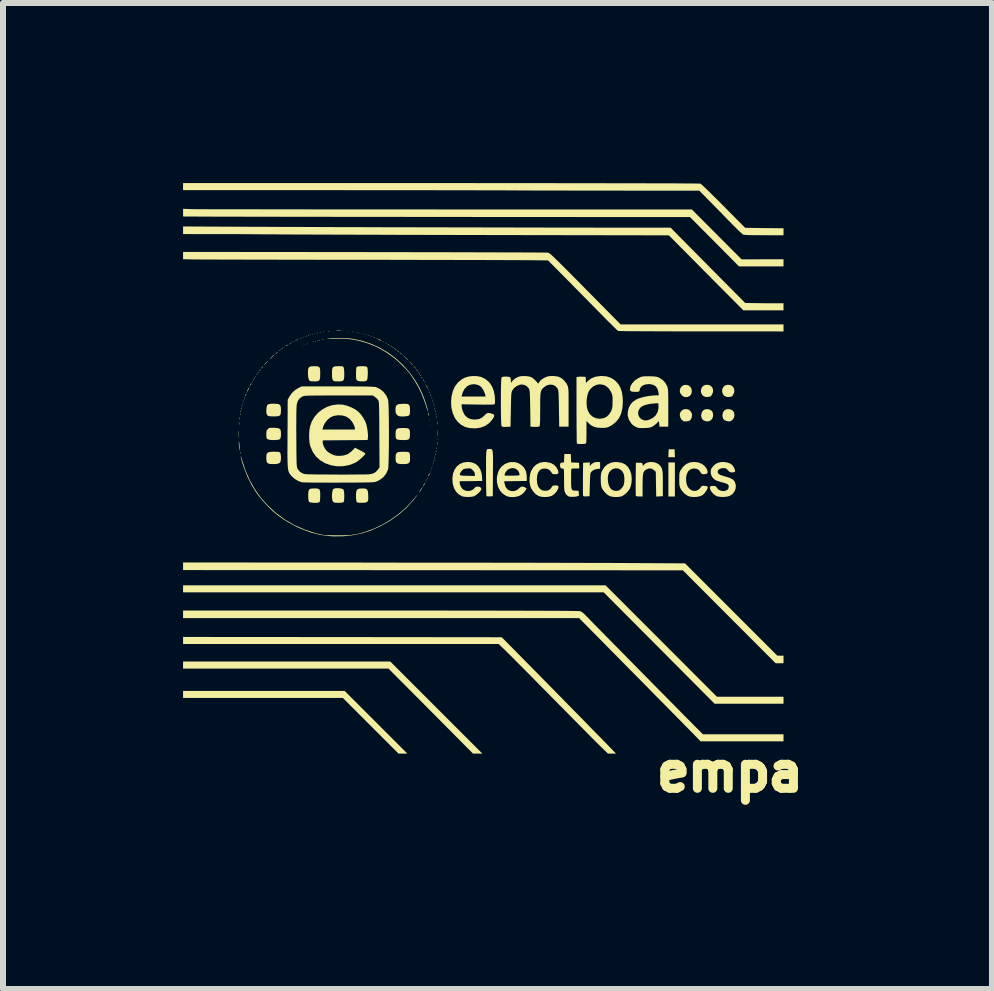
<source format=kicad_pcb>
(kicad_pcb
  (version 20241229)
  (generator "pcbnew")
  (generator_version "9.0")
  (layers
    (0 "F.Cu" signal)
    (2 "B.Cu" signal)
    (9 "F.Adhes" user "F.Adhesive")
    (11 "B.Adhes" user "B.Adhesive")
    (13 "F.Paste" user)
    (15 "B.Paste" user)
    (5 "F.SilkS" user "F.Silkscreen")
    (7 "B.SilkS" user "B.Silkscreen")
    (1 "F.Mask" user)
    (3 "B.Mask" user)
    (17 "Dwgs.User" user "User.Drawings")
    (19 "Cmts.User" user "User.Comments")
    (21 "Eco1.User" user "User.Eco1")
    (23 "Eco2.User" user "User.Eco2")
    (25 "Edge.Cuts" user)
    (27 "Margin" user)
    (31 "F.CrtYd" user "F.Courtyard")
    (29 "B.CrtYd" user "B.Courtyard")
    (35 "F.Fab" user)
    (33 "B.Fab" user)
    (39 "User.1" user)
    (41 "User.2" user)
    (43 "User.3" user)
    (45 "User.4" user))
  (footprint "empa"
    (layer "F.Cu")
    (at 5.002 4.504)
    (property "Reference" "empa" (at 4.11 5.31 0) (layer "F.SilkS") (effects (font (size 0.6 0.6) (thickness 0.15) (bold yes))))
    (attr board_only exclude_from_pos_files exclude_from_bom)
    (fp_poly (pts (xy -3.987 -0.882) (xy -3.991 -0.877) (xy -3.996 -0.882) (xy -3.991 -0.887)) (stroke (width 0) (type solid)) (fill yes) (layer "F.SilkS"))
    (fp_poly (pts (xy -3.938 -1.009) (xy -3.943 -1.004) (xy -3.948 -1.009) (xy -3.943 -1.014)) (stroke (width 0) (type solid)) (fill yes) (layer "F.SilkS"))
    (fp_poly (pts (xy -3.889 -1.116) (xy -3.894 -1.111) (xy -3.899 -1.116) (xy -3.894 -1.121)) (stroke (width 0) (type solid)) (fill yes) (layer "F.SilkS"))
    (fp_poly (pts (xy -3.85 -1.185) (xy -3.855 -1.18) (xy -3.86 -1.185) (xy -3.855 -1.189)) (stroke (width 0) (type solid)) (fill yes) (layer "F.SilkS"))
    (fp_poly (pts (xy -3.84 -1.204) (xy -3.845 -1.199) (xy -3.85 -1.204) (xy -3.845 -1.209)) (stroke (width 0) (type solid)) (fill yes) (layer "F.SilkS"))
    (fp_poly (pts (xy -3.791 -1.282) (xy -3.796 -1.277) (xy -3.801 -1.282) (xy -3.796 -1.287)) (stroke (width 0) (type solid)) (fill yes) (layer "F.SilkS"))
    (fp_poly (pts (xy -3.313 -1.771) (xy -3.317 -1.766) (xy -3.322 -1.771) (xy -3.317 -1.776)) (stroke (width 0) (type solid)) (fill yes) (layer "F.SilkS"))
    (fp_poly (pts (xy -3.234 -1.82) (xy -3.239 -1.815) (xy -3.244 -1.82) (xy -3.239 -1.824)) (stroke (width 0) (type solid)) (fill yes) (layer "F.SilkS"))
    (fp_poly (pts (xy -3.186 -1.849) (xy -3.19 -1.844) (xy -3.195 -1.849) (xy -3.19 -1.854)) (stroke (width 0) (type solid)) (fill yes) (layer "F.SilkS"))
    (fp_poly (pts (xy -3.166 -1.859) (xy -3.171 -1.854) (xy -3.176 -1.859) (xy -3.171 -1.864)) (stroke (width 0) (type solid)) (fill yes) (layer "F.SilkS"))
    (fp_poly (pts (xy -3.146 -1.868) (xy -3.151 -1.864) (xy -3.156 -1.868) (xy -3.151 -1.873)) (stroke (width 0) (type solid)) (fill yes) (layer "F.SilkS"))
    (fp_poly (pts (xy -3.127 -1.878) (xy -3.132 -1.873) (xy -3.137 -1.878) (xy -3.132 -1.883)) (stroke (width 0) (type solid)) (fill yes) (layer "F.SilkS"))
    (fp_poly (pts (xy -3.068 -1.908) (xy -3.073 -1.903) (xy -3.078 -1.908) (xy -3.073 -1.912)) (stroke (width 0) (type solid)) (fill yes) (layer "F.SilkS"))
    (fp_poly (pts (xy -3.039 -1.917) (xy -3.044 -1.912) (xy -3.049 -1.917) (xy -3.044 -1.922)) (stroke (width 0) (type solid)) (fill yes) (layer "F.SilkS"))
    (fp_poly (pts (xy -3.019 -1.927) (xy -3.024 -1.922) (xy -3.029 -1.927) (xy -3.024 -1.932)) (stroke (width 0) (type solid)) (fill yes) (layer "F.SilkS"))
    (fp_poly (pts (xy -3 -1.8) (xy -3.005 -1.795) (xy -3.01 -1.8) (xy -3.005 -1.805)) (stroke (width 0) (type solid)) (fill yes) (layer "F.SilkS"))
    (fp_poly (pts (xy -2.99 -1.937) (xy -2.995 -1.932) (xy -3 -1.937) (xy -2.995 -1.942)) (stroke (width 0) (type solid)) (fill yes) (layer "F.SilkS"))
    (fp_poly (pts (xy -2.961 -1.947) (xy -2.966 -1.942) (xy -2.971 -1.947) (xy -2.966 -1.951)) (stroke (width 0) (type solid)) (fill yes) (layer "F.SilkS"))
    (fp_poly (pts (xy -2.951 -1.82) (xy -2.956 -1.815) (xy -2.961 -1.82) (xy -2.956 -1.824)) (stroke (width 0) (type solid)) (fill yes) (layer "F.SilkS"))
    (fp_poly (pts (xy -2.932 -1.829) (xy -2.936 -1.824) (xy -2.941 -1.829) (xy -2.936 -1.834)) (stroke (width 0) (type solid)) (fill yes) (layer "F.SilkS"))
    (fp_poly (pts (xy -2.844 -1.986) (xy -2.848 -1.981) (xy -2.853 -1.986) (xy -2.848 -1.991)) (stroke (width 0) (type solid)) (fill yes) (layer "F.SilkS"))
    (fp_poly (pts (xy -2.805 -1.995) (xy -2.809 -1.991) (xy -2.814 -1.995) (xy -2.809 -2)) (stroke (width 0) (type solid)) (fill yes) (layer "F.SilkS"))
    (fp_poly (pts (xy -2.238 -2.035) (xy -2.243 -2.03) (xy -2.248 -2.035) (xy -2.243 -2.039)) (stroke (width 0) (type solid)) (fill yes) (layer "F.SilkS"))
    (fp_poly (pts (xy -2.052 -2.005) (xy -2.057 -2) (xy -2.062 -2.005) (xy -2.057 -2.01)) (stroke (width 0) (type solid)) (fill yes) (layer "F.SilkS"))
    (fp_poly (pts (xy -2.013 -1.995) (xy -2.018 -1.991) (xy -2.023 -1.995) (xy -2.018 -2)) (stroke (width 0) (type solid)) (fill yes) (layer "F.SilkS"))
    (fp_poly (pts (xy -1.974 -1.986) (xy -1.979 -1.981) (xy -1.984 -1.986) (xy -1.979 -1.991)) (stroke (width 0) (type solid)) (fill yes) (layer "F.SilkS"))
    (fp_poly (pts (xy -1.945 -1.976) (xy -1.95 -1.971) (xy -1.955 -1.976) (xy -1.95 -1.981)) (stroke (width 0) (type solid)) (fill yes) (layer "F.SilkS"))
    (fp_poly (pts (xy -1.876 -1.956) (xy -1.881 -1.951) (xy -1.886 -1.956) (xy -1.881 -1.961)) (stroke (width 0) (type solid)) (fill yes) (layer "F.SilkS"))
    (fp_poly (pts (xy -1.857 -1.947) (xy -1.862 -1.942) (xy -1.867 -1.947) (xy -1.862 -1.951)) (stroke (width 0) (type solid)) (fill yes) (layer "F.SilkS"))
    (fp_poly (pts (xy -1.828 -1.937) (xy -1.832 -1.932) (xy -1.837 -1.937) (xy -1.832 -1.942)) (stroke (width 0) (type solid)) (fill yes) (layer "F.SilkS"))
    (fp_poly (pts (xy -1.779 -1.917) (xy -1.784 -1.912) (xy -1.789 -1.917) (xy -1.784 -1.922)) (stroke (width 0) (type solid)) (fill yes) (layer "F.SilkS"))
    (fp_poly (pts (xy -1.671 -1.868) (xy -1.676 -1.864) (xy -1.681 -1.868) (xy -1.676 -1.873)) (stroke (width 0) (type solid)) (fill yes) (layer "F.SilkS"))
    (fp_poly (pts (xy -1.652 -1.859) (xy -1.657 -1.854) (xy -1.662 -1.859) (xy -1.657 -1.864)) (stroke (width 0) (type solid)) (fill yes) (layer "F.SilkS"))
    (fp_poly (pts (xy -1.622 -1.839) (xy -1.627 -1.834) (xy -1.632 -1.839) (xy -1.627 -1.844)) (stroke (width 0) (type solid)) (fill yes) (layer "F.SilkS"))
    (fp_poly (pts (xy -1.603 -1.829) (xy -1.608 -1.824) (xy -1.613 -1.829) (xy -1.608 -1.834)) (stroke (width 0) (type solid)) (fill yes) (layer "F.SilkS"))
    (fp_poly (pts (xy -1.554 -1.8) (xy -1.559 -1.795) (xy -1.564 -1.8) (xy -1.559 -1.805)) (stroke (width 0) (type solid)) (fill yes) (layer "F.SilkS"))
    (fp_poly (pts (xy -1.007 -1.243) (xy -1.012 -1.238) (xy -1.017 -1.243) (xy -1.012 -1.248)) (stroke (width 0) (type solid)) (fill yes) (layer "F.SilkS"))
    (fp_poly (pts (xy -0.978 -1.194) (xy -0.983 -1.189) (xy -0.987 -1.194) (xy -0.983 -1.199)) (stroke (width 0) (type solid)) (fill yes) (layer "F.SilkS"))
    (fp_poly (pts (xy -0.968 -1.175) (xy -0.973 -1.17) (xy -0.978 -1.175) (xy -0.973 -1.18)) (stroke (width 0) (type solid)) (fill yes) (layer "F.SilkS"))
    (fp_poly (pts (xy -0.958 -1.155) (xy -0.963 -1.15) (xy -0.968 -1.155) (xy -0.963 -1.16)) (stroke (width 0) (type solid)) (fill yes) (layer "F.SilkS"))
    (fp_poly (pts (xy -0.958 0.476) (xy -0.963 0.481) (xy -0.968 0.476) (xy -0.963 0.471)) (stroke (width 0) (type solid)) (fill yes) (layer "F.SilkS"))
    (fp_poly (pts (xy -0.948 0.457) (xy -0.953 0.462) (xy -0.958 0.457) (xy -0.953 0.452)) (stroke (width 0) (type solid)) (fill yes) (layer "F.SilkS"))
    (fp_poly (pts (xy -0.939 0.437) (xy -0.943 0.442) (xy -0.948 0.437) (xy -0.943 0.432)) (stroke (width 0) (type solid)) (fill yes) (layer "F.SilkS"))
    (fp_poly (pts (xy -0.929 0.418) (xy -0.934 0.422) (xy -0.939 0.418) (xy -0.934 0.413)) (stroke (width 0) (type solid)) (fill yes) (layer "F.SilkS"))
    (fp_poly (pts (xy -0.919 -1.077) (xy -0.924 -1.072) (xy -0.929 -1.077) (xy -0.924 -1.082)) (stroke (width 0) (type solid)) (fill yes) (layer "F.SilkS"))
    (fp_poly (pts (xy -0.919 0.398) (xy -0.924 0.403) (xy -0.929 0.398) (xy -0.924 0.393)) (stroke (width 0) (type solid)) (fill yes) (layer "F.SilkS"))
    (fp_poly (pts (xy -0.909 -1.058) (xy -0.914 -1.053) (xy -0.919 -1.058) (xy -0.914 -1.062)) (stroke (width 0) (type solid)) (fill yes) (layer "F.SilkS"))
    (fp_poly (pts (xy -0.9 -1.038) (xy -0.904 -1.033) (xy -0.909 -1.038) (xy -0.904 -1.043)) (stroke (width 0) (type solid)) (fill yes) (layer "F.SilkS"))
    (fp_poly (pts (xy -0.89 -0.559) (xy -0.895 -0.554) (xy -0.9 -0.559) (xy -0.895 -0.564)) (stroke (width 0) (type solid)) (fill yes) (layer "F.SilkS"))
    (fp_poly (pts (xy -0.88 -0.989) (xy -0.885 -0.984) (xy -0.89 -0.989) (xy -0.885 -0.994)) (stroke (width 0) (type solid)) (fill yes) (layer "F.SilkS"))
    (fp_poly (pts (xy -0.88 -0.471) (xy -0.885 -0.467) (xy -0.89 -0.471) (xy -0.885 -0.476)) (stroke (width 0) (type solid)) (fill yes) (layer "F.SilkS"))
    (fp_poly (pts (xy -0.88 0.31) (xy -0.885 0.315) (xy -0.89 0.31) (xy -0.885 0.305)) (stroke (width 0) (type solid)) (fill yes) (layer "F.SilkS"))
    (fp_poly (pts (xy -0.87 0.281) (xy -0.875 0.286) (xy -0.88 0.281) (xy -0.875 0.276)) (stroke (width 0) (type solid)) (fill yes) (layer "F.SilkS"))
    (fp_poly (pts (xy -0.86 -0.94) (xy -0.865 -0.935) (xy -0.87 -0.94) (xy -0.865 -0.945)) (stroke (width 0) (type solid)) (fill yes) (layer "F.SilkS"))
    (fp_poly (pts (xy -0.851 -0.911) (xy -0.856 -0.906) (xy -0.86 -0.911) (xy -0.856 -0.916)) (stroke (width 0) (type solid)) (fill yes) (layer "F.SilkS"))
    (fp_poly (pts (xy -0.851 0.232) (xy -0.856 0.237) (xy -0.86 0.232) (xy -0.856 0.227)) (stroke (width 0) (type solid)) (fill yes) (layer "F.SilkS"))
    (fp_poly (pts (xy -0.841 0.203) (xy -0.846 0.208) (xy -0.851 0.203) (xy -0.846 0.198)) (stroke (width 0) (type solid)) (fill yes) (layer "F.SilkS"))
    (fp_poly (pts (xy -0.831 0.173) (xy -0.836 0.178) (xy -0.841 0.173) (xy -0.836 0.168)) (stroke (width 0) (type solid)) (fill yes) (layer "F.SilkS"))
    (fp_poly (pts (xy -0.753 -0.237) (xy -0.758 -0.232) (xy -0.763 -0.237) (xy -0.758 -0.242)) (stroke (width 0) (type solid)) (fill yes) (layer "F.SilkS"))
    (fp_poly (pts (xy -4.048 -0.664) (xy -4.047 -0.644) (xy -4.048 -0.64) (xy -4.052 -0.639) (xy -4.053 -0.652) (xy -4.052 -0.666)) (stroke (width 0) (type solid)) (fill yes) (layer "F.SilkS"))
    (fp_poly (pts (xy -4.039 -0.713) (xy -4.037 -0.693) (xy -4.039 -0.689) (xy -4.042 -0.688) (xy -4.044 -0.701) (xy -4.042 -0.715)) (stroke (width 0) (type solid)) (fill yes) (layer "F.SilkS"))
    (fp_poly (pts (xy -4.029 -0.752) (xy -4.028 -0.736) (xy -4.03 -0.733) (xy -4.034 -0.736) (xy -4.035 -0.746) (xy -4.032 -0.756)) (stroke (width 0) (type solid)) (fill yes) (layer "F.SilkS"))
    (fp_poly (pts (xy -4.019 -0.791) (xy -4.018 -0.776) (xy -4.02 -0.772) (xy -4.024 -0.775) (xy -4.025 -0.785) (xy -4.022 -0.795)) (stroke (width 0) (type solid)) (fill yes) (layer "F.SilkS"))
    (fp_poly (pts (xy -4.009 -0.825) (xy -4.008 -0.813) (xy -4.009 -0.812) (xy -4.015 -0.813) (xy -4.016 -0.818) (xy -4.012 -0.826)) (stroke (width 0) (type solid)) (fill yes) (layer "F.SilkS"))
    (fp_poly (pts (xy -4 -0.864) (xy -3.998 -0.852) (xy -4 -0.851) (xy -4.005 -0.852) (xy -4.006 -0.857) (xy -4.003 -0.865)) (stroke (width 0) (type solid)) (fill yes) (layer "F.SilkS"))
    (fp_poly (pts (xy -3.98 -0.913) (xy -3.979 -0.901) (xy -3.98 -0.9) (xy -3.986 -0.901) (xy -3.987 -0.906) (xy -3.983 -0.914)) (stroke (width 0) (type solid)) (fill yes) (layer "F.SilkS"))
    (fp_poly (pts (xy -3.97 -0.942) (xy -3.969 -0.93) (xy -3.97 -0.929) (xy -3.976 -0.93) (xy -3.977 -0.935) (xy -3.973 -0.944)) (stroke (width 0) (type solid)) (fill yes) (layer "F.SilkS"))
    (fp_poly (pts (xy -2.935 -1.958) (xy -2.936 -1.952) (xy -2.941 -1.951) (xy -2.949 -1.955) (xy -2.948 -1.958) (xy -2.936 -1.959)) (stroke (width 0) (type solid)) (fill yes) (layer "F.SilkS"))
    (fp_poly (pts (xy -2.905 -1.968) (xy -2.907 -1.962) (xy -2.912 -1.961) (xy -2.92 -1.965) (xy -2.918 -1.968) (xy -2.907 -1.969)) (stroke (width 0) (type solid)) (fill yes) (layer "F.SilkS"))
    (fp_poly (pts (xy -2.876 -1.978) (xy -2.877 -1.972) (xy -2.883 -1.971) (xy -2.891 -1.975) (xy -2.889 -1.978) (xy -2.878 -1.979)) (stroke (width 0) (type solid)) (fill yes) (layer "F.SilkS"))
    (fp_poly (pts (xy -2.827 -1.86) (xy -2.829 -1.854) (xy -2.834 -1.854) (xy -2.842 -1.857) (xy -2.84 -1.86) (xy -2.829 -1.861)) (stroke (width 0) (type solid)) (fill yes) (layer "F.SilkS"))
    (fp_poly (pts (xy -2.788 -1.87) (xy -2.79 -1.864) (xy -2.795 -1.864) (xy -2.803 -1.867) (xy -2.801 -1.87) (xy -2.79 -1.871)) (stroke (width 0) (type solid)) (fill yes) (layer "F.SilkS"))
    (fp_poly (pts (xy -2.759 -2.007) (xy -2.76 -2.001) (xy -2.765 -2) (xy -2.773 -2.004) (xy -2.772 -2.007) (xy -2.76 -2.008)) (stroke (width 0) (type solid)) (fill yes) (layer "F.SilkS"))
    (fp_poly (pts (xy -2.759 -1.88) (xy -2.76 -1.874) (xy -2.765 -1.873) (xy -2.773 -1.877) (xy -2.772 -1.88) (xy -2.76 -1.881)) (stroke (width 0) (type solid)) (fill yes) (layer "F.SilkS"))
    (fp_poly (pts (xy -2.719 -1.889) (xy -2.722 -1.885) (xy -2.732 -1.884) (xy -2.742 -1.886) (xy -2.738 -1.89) (xy -2.723 -1.891)) (stroke (width 0) (type solid)) (fill yes) (layer "F.SilkS"))
    (fp_poly (pts (xy -2.71 -2.017) (xy -2.711 -2.011) (xy -2.717 -2.01) (xy -2.725 -2.014) (xy -2.723 -2.017) (xy -2.711 -2.018)) (stroke (width 0) (type solid)) (fill yes) (layer "F.SilkS"))
    (fp_poly (pts (xy -2.665 -1.899) (xy -2.664 -1.896) (xy -2.678 -1.894) (xy -2.691 -1.896) (xy -2.69 -1.899) (xy -2.67 -1.901)) (stroke (width 0) (type solid)) (fill yes) (layer "F.SilkS"))
    (fp_poly (pts (xy -2.651 -2.026) (xy -2.653 -2.021) (xy -2.658 -2.02) (xy -2.666 -2.023) (xy -2.664 -2.026) (xy -2.653 -2.028)) (stroke (width 0) (type solid)) (fill yes) (layer "F.SilkS"))
    (fp_poly (pts (xy -2.563 -2.036) (xy -2.566 -2.031) (xy -2.576 -2.03) (xy -2.586 -2.033) (xy -2.582 -2.036) (xy -2.566 -2.037)) (stroke (width 0) (type solid)) (fill yes) (layer "F.SilkS"))
    (fp_poly (pts (xy -2.163 -2.026) (xy -2.164 -2.021) (xy -2.17 -2.02) (xy -2.178 -2.023) (xy -2.176 -2.026) (xy -2.164 -2.028)) (stroke (width 0) (type solid)) (fill yes) (layer "F.SilkS"))
    (fp_poly (pts (xy -2.095 -2.017) (xy -2.096 -2.011) (xy -2.101 -2.01) (xy -2.109 -2.014) (xy -2.108 -2.017) (xy -2.096 -2.018)) (stroke (width 0) (type solid)) (fill yes) (layer "F.SilkS"))
    (fp_poly (pts (xy -1.909 -1.968) (xy -1.91 -1.962) (xy -1.916 -1.961) (xy -1.924 -1.965) (xy -1.922 -1.968) (xy -1.91 -1.969)) (stroke (width 0) (type solid)) (fill yes) (layer "F.SilkS"))
    (fp_poly (pts (xy -1.802 -1.929) (xy -1.803 -1.923) (xy -1.808 -1.922) (xy -1.816 -1.926) (xy -1.815 -1.929) (xy -1.803 -1.93)) (stroke (width 0) (type solid)) (fill yes) (layer "F.SilkS"))
    (fp_poly (pts (xy -0.893 -1.02) (xy -0.892 -1.009) (xy -0.893 -1.007) (xy -0.899 -1.008) (xy -0.9 -1.014) (xy -0.896 -1.022)) (stroke (width 0) (type solid)) (fill yes) (layer "F.SilkS"))
    (fp_poly (pts (xy -0.873 -0.971) (xy -0.872 -0.96) (xy -0.873 -0.958) (xy -0.879 -0.96) (xy -0.88 -0.965) (xy -0.876 -0.973)) (stroke (width 0) (type solid)) (fill yes) (layer "F.SilkS"))
    (fp_poly (pts (xy -0.864 0.25) (xy -0.863 0.261) (xy -0.864 0.263) (xy -0.869 0.262) (xy -0.87 0.256) (xy -0.867 0.248)) (stroke (width 0) (type solid)) (fill yes) (layer "F.SilkS"))
    (fp_poly (pts (xy -0.844 -0.893) (xy -0.843 -0.882) (xy -0.844 -0.88) (xy -0.85 -0.881) (xy -0.851 -0.887) (xy -0.847 -0.895)) (stroke (width 0) (type solid)) (fill yes) (layer "F.SilkS"))
    (fp_poly (pts (xy -0.834 -0.864) (xy -0.833 -0.852) (xy -0.834 -0.851) (xy -0.84 -0.852) (xy -0.841 -0.857) (xy -0.837 -0.865)) (stroke (width 0) (type solid)) (fill yes) (layer "F.SilkS"))
    (fp_poly (pts (xy -0.825 -0.825) (xy -0.823 -0.813) (xy -0.825 -0.812) (xy -0.83 -0.813) (xy -0.831 -0.818) (xy -0.828 -0.826)) (stroke (width 0) (type solid)) (fill yes) (layer "F.SilkS"))
    (fp_poly (pts (xy -0.825 0.133) (xy -0.823 0.144) (xy -0.825 0.146) (xy -0.83 0.144) (xy -0.831 0.139) (xy -0.828 0.131)) (stroke (width 0) (type solid)) (fill yes) (layer "F.SilkS"))
    (fp_poly (pts (xy -0.815 -0.795) (xy -0.814 -0.784) (xy -0.815 -0.782) (xy -0.821 -0.784) (xy -0.821 -0.789) (xy -0.818 -0.797)) (stroke (width 0) (type solid)) (fill yes) (layer "F.SilkS"))
    (fp_poly (pts (xy -0.815 0.098) (xy -0.814 0.113) (xy -0.815 0.117) (xy -0.82 0.114) (xy -0.821 0.104) (xy -0.818 0.094)) (stroke (width 0) (type solid)) (fill yes) (layer "F.SilkS"))
    (fp_poly (pts (xy -0.805 -0.752) (xy -0.804 -0.736) (xy -0.806 -0.733) (xy -0.81 -0.736) (xy -0.811 -0.746) (xy -0.808 -0.756)) (stroke (width 0) (type solid)) (fill yes) (layer "F.SilkS"))
    (fp_poly (pts (xy -0.805 0.059) (xy -0.804 0.074) (xy -0.806 0.078) (xy -0.81 0.075) (xy -0.811 0.065) (xy -0.808 0.055)) (stroke (width 0) (type solid)) (fill yes) (layer "F.SilkS"))
    (fp_poly (pts (xy -0.795 -0.713) (xy -0.794 -0.697) (xy -0.796 -0.694) (xy -0.8 -0.697) (xy -0.801 -0.707) (xy -0.799 -0.717)) (stroke (width 0) (type solid)) (fill yes) (layer "F.SilkS"))
    (fp_poly (pts (xy -0.795 0.01) (xy -0.794 0.026) (xy -0.796 0.029) (xy -0.8 0.026) (xy -0.801 0.016) (xy -0.799 0.006)) (stroke (width 0) (type solid)) (fill yes) (layer "F.SilkS"))
    (fp_poly (pts (xy -0.786 -0.664) (xy -0.784 -0.644) (xy -0.786 -0.64) (xy -0.789 -0.639) (xy -0.79 -0.652) (xy -0.789 -0.666)) (stroke (width 0) (type solid)) (fill yes) (layer "F.SilkS"))
    (fp_poly (pts (xy -0.785 -0.039) (xy -0.784 -0.023) (xy -0.786 -0.02) (xy -0.791 -0.023) (xy -0.791 -0.033) (xy -0.789 -0.043)) (stroke (width 0) (type solid)) (fill yes) (layer "F.SilkS"))
    (fp_poly (pts (xy -0.776 -0.616) (xy -0.775 -0.596) (xy -0.776 -0.591) (xy -0.779 -0.59) (xy -0.781 -0.603) (xy -0.779 -0.617)) (stroke (width 0) (type solid)) (fill yes) (layer "F.SilkS"))
    (fp_poly (pts (xy -0.776 -0.098) (xy -0.775 -0.078) (xy -0.776 -0.073) (xy -0.779 -0.072) (xy -0.781 -0.086) (xy -0.779 -0.099)) (stroke (width 0) (type solid)) (fill yes) (layer "F.SilkS"))
    (fp_poly (pts (xy -3.093 -1.893) (xy -3.103 -1.885) (xy -3.114 -1.883) (xy -3.117 -1.887) (xy -3.109 -1.893) (xy -3.102 -1.897) (xy -3.092 -1.897)) (stroke (width 0) (type solid)) (fill yes) (layer "F.SilkS"))
    (fp_poly (pts (xy -1.585 -1.821) (xy -1.574 -1.811) (xy -1.574 -1.809) (xy -1.578 -1.805) (xy -1.588 -1.814) (xy -1.589 -1.816) (xy -1.59 -1.823)) (stroke (width 0) (type solid)) (fill yes) (layer "F.SilkS"))
    (fp_poly (pts (xy -1.536 -1.791) (xy -1.526 -1.781) (xy -1.528 -1.776) (xy -1.529 -1.776) (xy -1.537 -1.783) (xy -1.54 -1.787) (xy -1.541 -1.794)) (stroke (width 0) (type solid)) (fill yes) (layer "F.SilkS"))
    (fp_poly (pts (xy -1.507 -1.772) (xy -1.496 -1.762) (xy -1.498 -1.756) (xy -1.5 -1.756) (xy -1.508 -1.763) (xy -1.511 -1.767) (xy -1.512 -1.774)) (stroke (width 0) (type solid)) (fill yes) (layer "F.SilkS"))
    (fp_poly (pts (xy -1.429 -1.713) (xy -1.414 -1.699) (xy -1.408 -1.691) (xy -1.412 -1.689) (xy -1.426 -1.702) (xy -1.433 -1.71) (xy -1.451 -1.732)) (stroke (width 0) (type solid)) (fill yes) (layer "F.SilkS"))
    (fp_poly (pts (xy -1.381 -1.674) (xy -1.362 -1.657) (xy -1.36 -1.649) (xy -1.362 -1.649) (xy -1.37 -1.655) (xy -1.384 -1.671) (xy -1.403 -1.693)) (stroke (width 0) (type solid)) (fill yes) (layer "F.SilkS"))
    (fp_poly (pts (xy -1.146 -1.44) (xy -1.128 -1.422) (xy -1.125 -1.415) (xy -1.128 -1.414) (xy -1.136 -1.421) (xy -1.15 -1.436) (xy -1.168 -1.458)) (stroke (width 0) (type solid)) (fill yes) (layer "F.SilkS"))
    (fp_poly (pts (xy -1.087 -1.361) (xy -1.076 -1.352) (xy -1.078 -1.346) (xy -1.08 -1.346) (xy -1.088 -1.353) (xy -1.091 -1.357) (xy -1.092 -1.364)) (stroke (width 0) (type solid)) (fill yes) (layer "F.SilkS"))
    (fp_poly (pts (xy -1.067 -1.332) (xy -1.057 -1.323) (xy -1.056 -1.321) (xy -1.06 -1.317) (xy -1.07 -1.326) (xy -1.071 -1.328) (xy -1.073 -1.334)) (stroke (width 0) (type solid)) (fill yes) (layer "F.SilkS"))
    (fp_poly (pts (xy -1.048 -1.303) (xy -1.037 -1.293) (xy -1.039 -1.287) (xy -1.041 -1.287) (xy -1.049 -1.294) (xy -1.052 -1.298) (xy -1.053 -1.305)) (stroke (width 0) (type solid)) (fill yes) (layer "F.SilkS"))
    (fp_poly (pts (xy -1.028 -1.273) (xy -1.018 -1.264) (xy -1.017 -1.262) (xy -1.021 -1.258) (xy -1.031 -1.267) (xy -1.032 -1.269) (xy -1.033 -1.276)) (stroke (width 0) (type solid)) (fill yes) (layer "F.SilkS"))
    (fp_poly (pts (xy -0.999 -1.225) (xy -0.988 -1.216) (xy -0.987 -1.213) (xy -0.992 -1.209) (xy -1.002 -1.218) (xy -1.003 -1.22) (xy -1.004 -1.227)) (stroke (width 0) (type solid)) (fill yes) (layer "F.SilkS"))
    (fp_poly (pts (xy -4.068 -0.518) (xy -4.066 -0.492) (xy -4.068 -0.479) (xy -4.07 -0.476) (xy -4.072 -0.49) (xy -4.072 -0.501) (xy -4.071 -0.52) (xy -4.069 -0.523)) (stroke (width 0) (type solid)) (fill yes) (layer "F.SilkS"))
    (fp_poly (pts (xy -4.058 -0.601) (xy -4.056 -0.576) (xy -4.058 -0.567) (xy -4.061 -0.564) (xy -4.062 -0.577) (xy -4.062 -0.584) (xy -4.061 -0.602) (xy -4.059 -0.604)) (stroke (width 0) (type solid)) (fill yes) (layer "F.SilkS"))
    (fp_poly (pts (xy -4.049 -0.026) (xy -4.048 -0.024) (xy -4.047 -0.003) (xy -4.049 0.005) (xy -4.052 0.005) (xy -4.053 -0.01) (xy -4.053 -0.012) (xy -4.052 -0.027)) (stroke (width 0) (type solid)) (fill yes) (layer "F.SilkS"))
    (fp_poly (pts (xy -3.948 -0.989) (xy -3.953 -0.973) (xy -3.957 -0.965) (xy -3.965 -0.957) (xy -3.967 -0.96) (xy -3.962 -0.976) (xy -3.957 -0.984) (xy -3.95 -0.992)) (stroke (width 0) (type solid)) (fill yes) (layer "F.SilkS"))
    (fp_poly (pts (xy -3.864 -1.163) (xy -3.869 -1.15) (xy -3.879 -1.135) (xy -3.885 -1.131) (xy -3.885 -1.138) (xy -3.879 -1.15) (xy -3.869 -1.166) (xy -3.864 -1.17)) (stroke (width 0) (type solid)) (fill yes) (layer "F.SilkS"))
    (fp_poly (pts (xy -3.824 -1.232) (xy -3.825 -1.229) (xy -3.835 -1.219) (xy -3.836 -1.219) (xy -3.837 -1.225) (xy -3.835 -1.229) (xy -3.826 -1.238) (xy -3.824 -1.238)) (stroke (width 0) (type solid)) (fill yes) (layer "F.SilkS"))
    (fp_poly (pts (xy -3.804 -1.261) (xy -3.806 -1.258) (xy -3.815 -1.249) (xy -3.817 -1.248) (xy -3.817 -1.254) (xy -3.816 -1.258) (xy -3.806 -1.267) (xy -3.805 -1.268)) (stroke (width 0) (type solid)) (fill yes) (layer "F.SilkS"))
    (fp_poly (pts (xy -3.765 -1.32) (xy -3.767 -1.316) (xy -3.776 -1.307) (xy -3.778 -1.307) (xy -3.778 -1.313) (xy -3.777 -1.316) (xy -3.767 -1.326) (xy -3.766 -1.326)) (stroke (width 0) (type solid)) (fill yes) (layer "F.SilkS"))
    (fp_poly (pts (xy -3.745 -1.349) (xy -3.747 -1.346) (xy -3.756 -1.336) (xy -3.758 -1.336) (xy -3.759 -1.342) (xy -3.757 -1.346) (xy -3.748 -1.355) (xy -3.746 -1.356)) (stroke (width 0) (type solid)) (fill yes) (layer "F.SilkS"))
    (fp_poly (pts (xy -3.706 -1.399) (xy -3.712 -1.392) (xy -3.726 -1.377) (xy -3.732 -1.377) (xy -3.733 -1.379) (xy -3.726 -1.387) (xy -3.715 -1.396) (xy -3.704 -1.404)) (stroke (width 0) (type solid)) (fill yes) (layer "F.SilkS"))
    (fp_poly (pts (xy -3.668 -1.447) (xy -3.679 -1.434) (xy -3.694 -1.419) (xy -3.701 -1.414) (xy -3.699 -1.42) (xy -3.689 -1.434) (xy -3.674 -1.448) (xy -3.666 -1.453)) (stroke (width 0) (type solid)) (fill yes) (layer "F.SilkS"))
    (fp_poly (pts (xy -3.374 -1.731) (xy -3.38 -1.724) (xy -3.394 -1.709) (xy -3.4 -1.709) (xy -3.4 -1.711) (xy -3.394 -1.719) (xy -3.383 -1.728) (xy -3.372 -1.736)) (stroke (width 0) (type solid)) (fill yes) (layer "F.SilkS"))
    (fp_poly (pts (xy -3.335 -1.761) (xy -3.341 -1.754) (xy -3.355 -1.738) (xy -3.361 -1.739) (xy -3.361 -1.74) (xy -3.355 -1.748) (xy -3.344 -1.757) (xy -3.333 -1.766)) (stroke (width 0) (type solid)) (fill yes) (layer "F.SilkS"))
    (fp_poly (pts (xy -3.254 -1.811) (xy -3.261 -1.803) (xy -3.273 -1.795) (xy -3.289 -1.789) (xy -3.293 -1.79) (xy -3.285 -1.797) (xy -3.273 -1.805) (xy -3.258 -1.811)) (stroke (width 0) (type solid)) (fill yes) (layer "F.SilkS"))
    (fp_poly (pts (xy -3.208 -1.838) (xy -3.21 -1.834) (xy -3.219 -1.825) (xy -3.221 -1.824) (xy -3.222 -1.831) (xy -3.22 -1.834) (xy -3.21 -1.844) (xy -3.209 -1.844)) (stroke (width 0) (type solid)) (fill yes) (layer "F.SilkS"))
    (fp_poly (pts (xy -1.481 -1.753) (xy -1.473 -1.748) (xy -1.458 -1.733) (xy -1.458 -1.727) (xy -1.46 -1.727) (xy -1.468 -1.733) (xy -1.477 -1.744) (xy -1.486 -1.755)) (stroke (width 0) (type solid)) (fill yes) (layer "F.SilkS"))
    (fp_poly (pts (xy -1.119 -1.401) (xy -1.112 -1.396) (xy -1.098 -1.384) (xy -1.095 -1.379) (xy -1.1 -1.376) (xy -1.113 -1.388) (xy -1.116 -1.392) (xy -1.124 -1.404)) (stroke (width 0) (type solid)) (fill yes) (layer "F.SilkS"))
    (fp_poly (pts (xy -0.944 -1.127) (xy -0.932 -1.109) (xy -0.929 -1.1) (xy -0.932 -1.092) (xy -0.939 -1.103) (xy -0.947 -1.119) (xy -0.954 -1.136) (xy -0.952 -1.137)) (stroke (width 0) (type solid)) (fill yes) (layer "F.SilkS"))
    (fp_poly (pts (xy -0.911 -0.673) (xy -0.905 -0.656) (xy -0.902 -0.636) (xy -0.903 -0.626) (xy -0.908 -0.631) (xy -0.913 -0.648) (xy -0.917 -0.668) (xy -0.916 -0.678)) (stroke (width 0) (type solid)) (fill yes) (layer "F.SilkS"))
    (fp_poly (pts (xy -0.766 -0.528) (xy -0.764 -0.499) (xy -0.766 -0.484) (xy -0.768 -0.479) (xy -0.77 -0.491) (xy -0.77 -0.506) (xy -0.769 -0.527) (xy -0.767 -0.533)) (stroke (width 0) (type solid)) (fill yes) (layer "F.SilkS"))
    (fp_poly (pts (xy -0.766 -0.186) (xy -0.764 -0.16) (xy -0.766 -0.147) (xy -0.768 -0.144) (xy -0.77 -0.158) (xy -0.77 -0.169) (xy -0.769 -0.188) (xy -0.767 -0.19)) (stroke (width 0) (type solid)) (fill yes) (layer "F.SilkS"))
    (fp_poly (pts (xy 3.19 -0.003) (xy 3.193 0.063) (xy 3.138 0.063) (xy 3.083 0.063) (xy 3.086 -0.003) (xy 3.089 -0.069) (xy 3.138 -0.069) (xy 3.187 -0.069)) (stroke (width 0) (type solid)) (fill yes) (layer "F.SilkS"))
    (fp_poly (pts (xy 3.192 0.435) (xy 3.192 0.718) (xy 3.138 0.718) (xy 3.084 0.718) (xy 3.084 0.435) (xy 3.084 0.151) (xy 3.138 0.151) (xy 3.192 0.151)) (stroke (width 0) (type solid)) (fill yes) (layer "F.SilkS"))
    (fp_poly (pts (xy -1.21 -1.512) (xy -1.189 -1.493) (xy -1.176 -1.479) (xy -1.173 -1.476) (xy -1.176 -1.473) (xy -1.185 -1.481) (xy -1.205 -1.501) (xy -1.213 -1.509) (xy -1.246 -1.546)) (stroke (width 0) (type solid)) (fill yes) (layer "F.SilkS"))
    (fp_poly (pts (xy -0.89 0.33) (xy -0.895 0.345) (xy -0.904 0.364) (xy -0.914 0.378) (xy -0.918 0.379) (xy -0.918 0.378) (xy -0.914 0.363) (xy -0.904 0.344) (xy -0.895 0.33) (xy -0.89 0.329)) (stroke (width 0) (type solid)) (fill yes) (layer "F.SilkS"))
    (fp_poly (pts (xy -4.077 -0.371) (xy -4.076 -0.33) (xy -4.076 -0.287) (xy -4.077 -0.273) (xy -4.079 -0.263) (xy -4.08 -0.27) (xy -4.08 -0.294) (xy -4.081 -0.325) (xy -4.08 -0.36) (xy -4.08 -0.379) (xy -4.078 -0.383)) (stroke (width 0) (type solid)) (fill yes) (layer "F.SilkS"))
    (fp_poly (pts (xy -2.372 -2.047) (xy -2.367 -2.047) (xy -2.359 -2.045) (xy -2.369 -2.044) (xy -2.393 -2.043) (xy -2.409 -2.043) (xy -2.439 -2.043) (xy -2.454 -2.044) (xy -2.452 -2.046) (xy -2.445 -2.047) (xy -2.408 -2.048)) (stroke (width 0) (type solid)) (fill yes) (layer "F.SilkS"))
    (fp_poly (pts (xy -1.302 -1.605) (xy -1.274 -1.578) (xy -1.258 -1.561) (xy -1.252 -1.553) (xy -1.254 -1.551) (xy -1.254 -1.551) (xy -1.262 -1.557) (xy -1.279 -1.575) (xy -1.302 -1.599) (xy -1.305 -1.602) (xy -1.354 -1.654)) (stroke (width 0) (type solid)) (fill yes) (layer "F.SilkS"))
    (fp_poly (pts (xy -0.756 -0.381) (xy -0.754 -0.344) (xy -0.755 -0.304) (xy -0.756 -0.293) (xy -0.757 -0.282) (xy -0.758 -0.288) (xy -0.759 -0.311) (xy -0.759 -0.335) (xy -0.759 -0.368) (xy -0.758 -0.387) (xy -0.757 -0.389)) (stroke (width 0) (type solid)) (fill yes) (layer "F.SilkS"))
    (fp_poly (pts (xy -3.899 -1.097) (xy -3.904 -1.082) (xy -3.915 -1.059) (xy -3.918 -1.053) (xy -3.93 -1.034) (xy -3.936 -1.027) (xy -3.937 -1.028) (xy -3.933 -1.043) (xy -3.922 -1.066) (xy -3.918 -1.072) (xy -3.907 -1.091) (xy -3.9 -1.098)) (stroke (width 0) (type solid)) (fill yes) (layer "F.SilkS"))
    (fp_poly (pts (xy -3.59 -1.535) (xy -3.604 -1.519) (xy -3.615 -1.507) (xy -3.636 -1.487) (xy -3.65 -1.475) (xy -3.653 -1.473) (xy -3.65 -1.479) (xy -3.637 -1.495) (xy -3.625 -1.507) (xy -3.605 -1.527) (xy -3.591 -1.539) (xy -3.587 -1.541)) (stroke (width 0) (type solid)) (fill yes) (layer "F.SilkS"))
    (fp_poly (pts (xy -3.483 -1.642) (xy -3.497 -1.626) (xy -3.513 -1.61) (xy -3.534 -1.588) (xy -3.55 -1.574) (xy -3.556 -1.57) (xy -3.552 -1.577) (xy -3.538 -1.593) (xy -3.523 -1.61) (xy -3.501 -1.631) (xy -3.485 -1.645) (xy -3.479 -1.649)) (stroke (width 0) (type solid)) (fill yes) (layer "F.SilkS"))
    (fp_poly (pts (xy -3.424 -1.691) (xy -3.437 -1.676) (xy -3.44 -1.673) (xy -3.456 -1.657) (xy -3.467 -1.649) (xy -3.467 -1.649) (xy -3.465 -1.655) (xy -3.452 -1.67) (xy -3.449 -1.673) (xy -3.433 -1.689) (xy -3.422 -1.697) (xy -3.421 -1.697)) (stroke (width 0) (type solid)) (fill yes) (layer "F.SilkS"))
    (fp_poly (pts (xy -1.788 4.479) (xy -1.265 5.002) (xy -1.338 5.002) (xy -1.412 5.002) (xy -1.876 4.538) (xy -2.34 4.074) (xy -3.671 4.074) (xy -5.002 4.074) (xy -5.002 4.015) (xy -5.002 3.957) (xy -3.656 3.957) (xy -2.31 3.957)) (stroke (width 0) (type solid)) (fill yes) (layer "F.SilkS"))
    (fp_poly (pts (xy -1.753 -1.908) (xy -1.732 -1.899) (xy -1.713 -1.888) (xy -1.701 -1.879) (xy -1.701 -1.878) (xy -1.701 -1.874) (xy -1.707 -1.876) (xy -1.723 -1.884) (xy -1.74 -1.893) (xy -1.759 -1.905) (xy -1.767 -1.911) (xy -1.766 -1.912)) (stroke (width 0) (type solid)) (fill yes) (layer "F.SilkS"))
    (fp_poly (pts (xy -0.973 0.498) (xy -0.981 0.517) (xy -0.983 0.52) (xy -0.994 0.54) (xy -1.002 0.549) (xy -1.003 0.549) (xy -1.002 0.542) (xy -0.994 0.523) (xy -0.992 0.52) (xy -0.981 0.5) (xy -0.973 0.491) (xy -0.972 0.491)) (stroke (width 0) (type solid)) (fill yes) (layer "F.SilkS"))
    (fp_poly (pts (xy -0.782 4.235) (xy -0.015 5.002) (xy -0.093 5.002) (xy -0.171 5.002) (xy -0.875 4.293) (xy -1.58 3.585) (xy -3.291 3.585) (xy -5.002 3.585) (xy -5.002 3.527) (xy -5.002 3.468) (xy -3.275 3.468) (xy -1.549 3.468)) (stroke (width 0) (type solid)) (fill yes) (layer "F.SilkS"))
    (fp_poly (pts (xy -1.011 0.566) (xy -1.021 0.584) (xy -1.035 0.607) (xy -1.053 0.631) (xy -1.063 0.645) (xy -1.07 0.651) (xy -1.066 0.642) (xy -1.054 0.621) (xy -1.05 0.615) (xy -1.031 0.587) (xy -1.017 0.567) (xy -1.01 0.559) (xy -1.01 0.559)) (stroke (width 0) (type solid)) (fill yes) (layer "F.SilkS"))
    (fp_poly (pts (xy -4.069 -0.192) (xy -4.065 -0.17) (xy -4.062 -0.138) (xy -4.061 -0.129) (xy -4.058 -0.093) (xy -4.057 -0.065) (xy -4.058 -0.05) (xy -4.058 -0.05) (xy -4.061 -0.056) (xy -4.065 -0.078) (xy -4.069 -0.111) (xy -4.07 -0.119) (xy -4.073 -0.155) (xy -4.074 -0.183) (xy -4.073 -0.198) (xy -4.072 -0.199)) (stroke (width 0) (type solid)) (fill yes) (layer "F.SilkS"))
    (fp_poly (pts (xy 2.965 3.126) (xy 3.892 4.054) (xy 4.447 4.054) (xy 5.002 4.054) (xy 5.002 4.113) (xy 5.002 4.171) (xy 4.428 4.171) (xy 3.854 4.171) (xy 2.93 3.243) (xy 2.006 2.315) (xy -1.498 2.315) (xy -5.002 2.315) (xy -5.002 2.257) (xy -5.002 2.198) (xy -1.482 2.198) (xy 2.037 2.198)) (stroke (width 0) (type solid)) (fill yes) (layer "F.SilkS"))
    (fp_poly (pts (xy 3.767 -0.732) (xy 3.803 -0.712) (xy 3.823 -0.682) (xy 3.83 -0.638) (xy 3.83 -0.638) (xy 3.824 -0.598) (xy 3.806 -0.568) (xy 3.778 -0.543) (xy 3.745 -0.533) (xy 3.704 -0.537) (xy 3.665 -0.553) (xy 3.641 -0.58) (xy 3.63 -0.62) (xy 3.63 -0.634) (xy 3.638 -0.68) (xy 3.66 -0.714) (xy 3.693 -0.734) (xy 3.736 -0.738)) (stroke (width 0) (type solid)) (fill yes) (layer "F.SilkS"))
    (fp_poly (pts (xy 4.121 -0.732) (xy 4.157 -0.712) (xy 4.178 -0.682) (xy 4.184 -0.638) (xy 4.184 -0.638) (xy 4.178 -0.598) (xy 4.16 -0.568) (xy 4.132 -0.543) (xy 4.099 -0.533) (xy 4.059 -0.537) (xy 4.019 -0.553) (xy 3.995 -0.58) (xy 3.985 -0.62) (xy 3.984 -0.634) (xy 3.992 -0.68) (xy 4.014 -0.714) (xy 4.047 -0.734) (xy 4.09 -0.738)) (stroke (width 0) (type solid)) (fill yes) (layer "F.SilkS"))
    (fp_poly (pts (xy 3.419 -1.133) (xy 3.449 -1.11) (xy 3.469 -1.076) (xy 3.469 -1.075) (xy 3.475 -1.029) (xy 3.465 -0.989) (xy 3.442 -0.959) (xy 3.407 -0.941) (xy 3.38 -0.938) (xy 3.35 -0.941) (xy 3.326 -0.953) (xy 3.306 -0.971) (xy 3.28 -1.008) (xy 3.273 -1.047) (xy 3.285 -1.089) (xy 3.287 -1.093) (xy 3.312 -1.123) (xy 3.345 -1.139) (xy 3.383 -1.142)) (stroke (width 0) (type solid)) (fill yes) (layer "F.SilkS"))
    (fp_poly (pts (xy 3.752 -1.142) (xy 3.789 -1.126) (xy 3.815 -1.098) (xy 3.829 -1.062) (xy 3.827 -1.02) (xy 3.811 -0.982) (xy 3.798 -0.962) (xy 3.79 -0.951) (xy 3.789 -0.95) (xy 3.779 -0.948) (xy 3.758 -0.942) (xy 3.757 -0.942) (xy 3.726 -0.939) (xy 3.697 -0.942) (xy 3.661 -0.96) (xy 3.638 -0.989) (xy 3.626 -1.024) (xy 3.627 -1.061) (xy 3.639 -1.095) (xy 3.662 -1.123) (xy 3.697 -1.14) (xy 3.706 -1.142)) (stroke (width 0) (type solid)) (fill yes) (layer "F.SilkS"))
    (fp_poly (pts (xy 4.105 -1.142) (xy 4.142 -1.126) (xy 4.169 -1.098) (xy 4.182 -1.062) (xy 4.181 -1.02) (xy 4.165 -0.982) (xy 4.152 -0.962) (xy 4.144 -0.951) (xy 4.143 -0.95) (xy 4.133 -0.948) (xy 4.112 -0.942) (xy 4.111 -0.942) (xy 4.08 -0.939) (xy 4.051 -0.942) (xy 4.015 -0.96) (xy 3.992 -0.989) (xy 3.98 -1.024) (xy 3.98 -1.061) (xy 3.992 -1.095) (xy 4.016 -1.123) (xy 4.05 -1.14) (xy 4.06 -1.142)) (stroke (width 0) (type solid)) (fill yes) (layer "F.SilkS"))
    (fp_poly (pts (xy 3.407 -0.735) (xy 3.428 -0.726) (xy 3.449 -0.706) (xy 3.472 -0.672) (xy 3.478 -0.639) (xy 3.473 -0.602) (xy 3.459 -0.569) (xy 3.439 -0.547) (xy 3.43 -0.543) (xy 3.391 -0.534) (xy 3.354 -0.533) (xy 3.336 -0.537) (xy 3.304 -0.56) (xy 3.283 -0.597) (xy 3.276 -0.627) (xy 3.274 -0.657) (xy 3.28 -0.678) (xy 3.296 -0.7) (xy 3.3 -0.704) (xy 3.322 -0.726) (xy 3.344 -0.735) (xy 3.374 -0.738) (xy 3.375 -0.738)) (stroke (width 0) (type solid)) (fill yes) (layer "F.SilkS"))
    (fp_poly (pts (xy -2.777 -1.452) (xy -2.749 -1.447) (xy -2.731 -1.435) (xy -2.721 -1.413) (xy -2.717 -1.377) (xy -2.717 -1.327) (xy -2.718 -1.275) (xy -2.722 -1.239) (xy -2.733 -1.217) (xy -2.752 -1.205) (xy -2.781 -1.2) (xy -2.815 -1.199) (xy -2.849 -1.201) (xy -2.877 -1.203) (xy -2.889 -1.207) (xy -2.906 -1.228) (xy -2.917 -1.267) (xy -2.921 -1.321) (xy -2.922 -1.339) (xy -2.92 -1.388) (xy -2.913 -1.421) (xy -2.898 -1.44) (xy -2.873 -1.45) (xy -2.833 -1.453) (xy -2.819 -1.453)) (stroke (width 0) (type solid)) (fill yes) (layer "F.SilkS"))
    (fp_poly (pts (xy -1.291 -0.422) (xy -1.257 -0.417) (xy -1.237 -0.406) (xy -1.226 -0.387) (xy -1.222 -0.355) (xy -1.222 -0.324) (xy -1.223 -0.281) (xy -1.229 -0.252) (xy -1.242 -0.235) (xy -1.267 -0.226) (xy -1.305 -0.223) (xy -1.338 -0.222) (xy -1.391 -0.224) (xy -1.426 -0.229) (xy -1.442 -0.236) (xy -1.453 -0.247) (xy -1.458 -0.265) (xy -1.461 -0.293) (xy -1.461 -0.319) (xy -1.46 -0.362) (xy -1.453 -0.391) (xy -1.439 -0.409) (xy -1.413 -0.419) (xy -1.373 -0.422) (xy -1.34 -0.423)) (stroke (width 0) (type solid)) (fill yes) (layer "F.SilkS"))
    (fp_poly (pts (xy -3.441 -0.826) (xy -3.407 -0.82) (xy -3.386 -0.805) (xy -3.375 -0.78) (xy -3.371 -0.742) (xy -3.371 -0.722) (xy -3.373 -0.677) (xy -3.379 -0.647) (xy -3.394 -0.629) (xy -3.421 -0.62) (xy -3.463 -0.616) (xy -3.48 -0.616) (xy -3.523 -0.616) (xy -3.559 -0.619) (xy -3.582 -0.624) (xy -3.584 -0.625) (xy -3.601 -0.639) (xy -3.612 -0.662) (xy -3.615 -0.697) (xy -3.613 -0.742) (xy -3.609 -0.779) (xy -3.6 -0.803) (xy -3.583 -0.818) (xy -3.555 -0.825) (xy -3.512 -0.828) (xy -3.491 -0.828)) (stroke (width 0) (type solid)) (fill yes) (layer "F.SilkS"))
    (fp_poly (pts (xy -2.774 0.585) (xy -2.747 0.59) (xy -2.729 0.602) (xy -2.721 0.626) (xy -2.717 0.662) (xy -2.717 0.705) (xy -2.718 0.757) (xy -2.722 0.792) (xy -2.728 0.811) (xy -2.728 0.811) (xy -2.746 0.819) (xy -2.776 0.823) (xy -2.813 0.824) (xy -2.851 0.821) (xy -2.882 0.816) (xy -2.902 0.808) (xy -2.903 0.807) (xy -2.911 0.787) (xy -2.916 0.75) (xy -2.917 0.705) (xy -2.916 0.654) (xy -2.91 0.62) (xy -2.898 0.599) (xy -2.876 0.588) (xy -2.842 0.584) (xy -2.815 0.584)) (stroke (width 0) (type solid)) (fill yes) (layer "F.SilkS"))
    (fp_poly (pts (xy -1.259 -0.822) (xy -1.237 -0.809) (xy -1.226 -0.785) (xy -1.221 -0.748) (xy -1.221 -0.722) (xy -1.222 -0.678) (xy -1.227 -0.651) (xy -1.235 -0.634) (xy -1.236 -0.634) (xy -1.255 -0.624) (xy -1.288 -0.618) (xy -1.327 -0.615) (xy -1.367 -0.615) (xy -1.4 -0.619) (xy -1.417 -0.625) (xy -1.446 -0.649) (xy -1.461 -0.685) (xy -1.463 -0.735) (xy -1.463 -0.738) (xy -1.459 -0.775) (xy -1.448 -0.799) (xy -1.429 -0.814) (xy -1.398 -0.822) (xy -1.351 -0.826) (xy -1.346 -0.826) (xy -1.294 -0.827)) (stroke (width 0) (type solid)) (fill yes) (layer "F.SilkS"))
    (fp_poly (pts (xy -1.978 0.585) (xy -1.95 0.592) (xy -1.933 0.608) (xy -1.923 0.635) (xy -1.918 0.678) (xy -1.917 0.702) (xy -1.916 0.752) (xy -1.92 0.786) (xy -1.933 0.807) (xy -1.956 0.818) (xy -1.992 0.822) (xy -2.024 0.823) (xy -2.064 0.822) (xy -2.088 0.82) (xy -2.102 0.814) (xy -2.11 0.805) (xy -2.111 0.804) (xy -2.115 0.786) (xy -2.119 0.754) (xy -2.121 0.715) (xy -2.121 0.707) (xy -2.119 0.656) (xy -2.112 0.621) (xy -2.097 0.599) (xy -2.071 0.588) (xy -2.034 0.584) (xy -2.019 0.584)) (stroke (width 0) (type solid)) (fill yes) (layer "F.SilkS"))
    (fp_poly (pts (xy -1.287 -0.026) (xy -1.256 -0.023) (xy -1.238 -0.017) (xy -1.232 -0.013) (xy -1.226 0.005) (xy -1.221 0.036) (xy -1.22 0.072) (xy -1.221 0.117) (xy -1.229 0.147) (xy -1.246 0.165) (xy -1.275 0.175) (xy -1.319 0.178) (xy -1.339 0.178) (xy -1.382 0.177) (xy -1.41 0.173) (xy -1.43 0.165) (xy -1.438 0.16) (xy -1.451 0.146) (xy -1.458 0.13) (xy -1.461 0.103) (xy -1.461 0.078) (xy -1.46 0.035) (xy -1.452 0.006) (xy -1.437 -0.013) (xy -1.41 -0.023) (xy -1.368 -0.026) (xy -1.334 -0.027)) (stroke (width 0) (type solid)) (fill yes) (layer "F.SilkS"))
    (fp_poly (pts (xy -3.458 -0.027) (xy -3.424 -0.026) (xy -3.402 -0.023) (xy -3.399 -0.022) (xy -3.385 -0.011) (xy -3.376 0.012) (xy -3.372 0.049) (xy -3.371 0.081) (xy -3.374 0.122) (xy -3.384 0.149) (xy -3.405 0.166) (xy -3.439 0.175) (xy -3.489 0.178) (xy -3.496 0.178) (xy -3.538 0.177) (xy -3.566 0.174) (xy -3.583 0.168) (xy -3.596 0.159) (xy -3.607 0.143) (xy -3.613 0.12) (xy -3.615 0.084) (xy -3.615 0.077) (xy -3.614 0.033) (xy -3.606 0.004) (xy -3.589 -0.014) (xy -3.561 -0.024) (xy -3.517 -0.027) (xy -3.498 -0.028)) (stroke (width 0) (type solid)) (fill yes) (layer "F.SilkS"))
    (fp_poly (pts (xy -2.402 0.58) (xy -2.366 0.586) (xy -2.339 0.595) (xy -2.33 0.603) (xy -2.323 0.622) (xy -2.318 0.654) (xy -2.316 0.693) (xy -2.316 0.734) (xy -2.318 0.771) (xy -2.322 0.799) (xy -2.328 0.811) (xy -2.344 0.818) (xy -2.376 0.822) (xy -2.415 0.823) (xy -2.454 0.822) (xy -2.479 0.82) (xy -2.493 0.814) (xy -2.503 0.804) (xy -2.507 0.799) (xy -2.516 0.774) (xy -2.521 0.738) (xy -2.522 0.696) (xy -2.518 0.655) (xy -2.511 0.62) (xy -2.501 0.596) (xy -2.497 0.592) (xy -2.474 0.583) (xy -2.44 0.579)) (stroke (width 0) (type solid)) (fill yes) (layer "F.SilkS"))
    (fp_poly (pts (xy -3.482 -0.426) (xy -3.434 -0.423) (xy -3.402 -0.415) (xy -3.383 -0.401) (xy -3.374 -0.376) (xy -3.371 -0.338) (xy -3.371 -0.32) (xy -3.373 -0.279) (xy -3.38 -0.251) (xy -3.395 -0.234) (xy -3.422 -0.226) (xy -3.463 -0.223) (xy -3.489 -0.222) (xy -3.539 -0.224) (xy -3.573 -0.229) (xy -3.594 -0.238) (xy -3.594 -0.238) (xy -3.606 -0.249) (xy -3.612 -0.265) (xy -3.615 -0.291) (xy -3.615 -0.316) (xy -3.614 -0.353) (xy -3.61 -0.376) (xy -3.6 -0.394) (xy -3.59 -0.404) (xy -3.577 -0.417) (xy -3.563 -0.424) (xy -3.543 -0.427) (xy -3.513 -0.427)) (stroke (width 0) (type solid)) (fill yes) (layer "F.SilkS"))
    (fp_poly (pts (xy -2.374 -1.453) (xy -2.35 -1.451) (xy -2.337 -1.446) (xy -2.329 -1.437) (xy -2.326 -1.428) (xy -2.321 -1.407) (xy -2.318 -1.373) (xy -2.316 -1.331) (xy -2.316 -1.317) (xy -2.317 -1.268) (xy -2.323 -1.234) (xy -2.335 -1.214) (xy -2.358 -1.203) (xy -2.394 -1.2) (xy -2.421 -1.199) (xy -2.459 -1.2) (xy -2.482 -1.203) (xy -2.496 -1.21) (xy -2.506 -1.221) (xy -2.515 -1.241) (xy -2.52 -1.275) (xy -2.521 -1.324) (xy -2.521 -1.326) (xy -2.52 -1.378) (xy -2.515 -1.414) (xy -2.503 -1.436) (xy -2.482 -1.448) (xy -2.449 -1.452) (xy -2.413 -1.453)) (stroke (width 0) (type solid)) (fill yes) (layer "F.SilkS"))
    (fp_poly (pts (xy -1.981 -1.452) (xy -1.951 -1.447) (xy -1.937 -1.442) (xy -1.93 -1.425) (xy -1.926 -1.394) (xy -1.924 -1.355) (xy -1.925 -1.312) (xy -1.927 -1.272) (xy -1.932 -1.238) (xy -1.939 -1.217) (xy -1.941 -1.215) (xy -1.961 -1.205) (xy -1.993 -1.2) (xy -2.031 -1.199) (xy -2.067 -1.203) (xy -2.095 -1.212) (xy -2.099 -1.214) (xy -2.109 -1.223) (xy -2.115 -1.234) (xy -2.119 -1.252) (xy -2.12 -1.282) (xy -2.121 -1.326) (xy -2.121 -1.33) (xy -2.119 -1.384) (xy -2.116 -1.421) (xy -2.11 -1.44) (xy -2.109 -1.442) (xy -2.093 -1.448) (xy -2.061 -1.452) (xy -2.023 -1.453)) (stroke (width 0) (type solid)) (fill yes) (layer "F.SilkS"))
    (fp_poly (pts (xy 1.946 0.146) (xy 1.946 0.2) (xy 1.946 0.254) (xy 1.902 0.259) (xy 1.857 0.268) (xy 1.824 0.285) (xy 1.8 0.308) (xy 1.793 0.317) (xy 1.788 0.329) (xy 1.784 0.346) (xy 1.781 0.372) (xy 1.779 0.41) (xy 1.777 0.462) (xy 1.775 0.521) (xy 1.77 0.713) (xy 1.72 0.716) (xy 1.69 0.716) (xy 1.669 0.713) (xy 1.664 0.71) (xy 1.662 0.698) (xy 1.661 0.669) (xy 1.66 0.626) (xy 1.66 0.571) (xy 1.66 0.507) (xy 1.66 0.436) (xy 1.66 0.428) (xy 1.663 0.156) (xy 1.719 0.153) (xy 1.775 0.15) (xy 1.775 0.181) (xy 1.775 0.213) (xy 1.794 0.188) (xy 1.83 0.159) (xy 1.875 0.144) (xy 1.908 0.143)) (stroke (width 0) (type solid)) (fill yes) (layer "F.SilkS"))
    (fp_poly (pts (xy 0.104 -0.073) (xy 0.118 -0.073) (xy 0.13 -0.072) (xy 0.14 -0.068) (xy 0.148 -0.06) (xy 0.153 -0.045) (xy 0.157 -0.022) (xy 0.16 0.011) (xy 0.162 0.055) (xy 0.162 0.113) (xy 0.162 0.185) (xy 0.161 0.275) (xy 0.161 0.332) (xy 0.158 0.713) (xy 0.109 0.716) (xy 0.08 0.716) (xy 0.059 0.714) (xy 0.053 0.712) (xy 0.051 0.701) (xy 0.05 0.672) (xy 0.049 0.629) (xy 0.048 0.572) (xy 0.047 0.504) (xy 0.046 0.428) (xy 0.046 0.344) (xy 0.046 0.322) (xy 0.046 0.223) (xy 0.046 0.143) (xy 0.046 0.078) (xy 0.048 0.028) (xy 0.049 -0.01) (xy 0.052 -0.037) (xy 0.057 -0.055) (xy 0.063 -0.066) (xy 0.071 -0.072) (xy 0.081 -0.074) (xy 0.094 -0.074)) (stroke (width 0) (type solid)) (fill yes) (layer "F.SilkS"))
    (fp_poly (pts (xy 2.833 0.145) (xy 2.881 0.158) (xy 2.922 0.181) (xy 2.939 0.197) (xy 2.955 0.216) (xy 2.968 0.235) (xy 2.977 0.257) (xy 2.983 0.283) (xy 2.988 0.318) (xy 2.99 0.363) (xy 2.991 0.422) (xy 2.991 0.498) (xy 2.991 0.498) (xy 2.991 0.713) (xy 2.936 0.716) (xy 2.881 0.719) (xy 2.877 0.512) (xy 2.874 0.306) (xy 2.842 0.277) (xy 2.804 0.254) (xy 2.763 0.25) (xy 2.72 0.266) (xy 2.716 0.268) (xy 2.696 0.282) (xy 2.681 0.297) (xy 2.67 0.316) (xy 2.663 0.342) (xy 2.658 0.378) (xy 2.655 0.427) (xy 2.655 0.491) (xy 2.654 0.532) (xy 2.654 0.718) (xy 2.6 0.718) (xy 2.564 0.716) (xy 2.544 0.709) (xy 2.542 0.706) (xy 2.54 0.693) (xy 2.54 0.663) (xy 2.539 0.619) (xy 2.539 0.564) (xy 2.539 0.5) (xy 2.539 0.429) (xy 2.539 0.425) (xy 2.542 0.156) (xy 2.596 0.156) (xy 2.627 0.157) (xy 2.643 0.16) (xy 2.651 0.17) (xy 2.655 0.185) (xy 2.659 0.204) (xy 2.665 0.205) (xy 2.669 0.199) (xy 2.697 0.17) (xy 2.737 0.151) (xy 2.784 0.143)) (stroke (width 0) (type solid)) (fill yes) (layer "F.SilkS"))
    (fp_poly (pts (xy -1.688 1.819) (xy -1.424 1.82) (xy -1.161 1.82) (xy -0.898 1.82) (xy -0.638 1.82) (xy -0.381 1.821) (xy -0.128 1.821) (xy 0.119 1.821) (xy 0.361 1.822) (xy 0.596 1.822) (xy 0.823 1.822) (xy 1.041 1.823) (xy 1.248 1.823) (xy 1.445 1.824) (xy 1.63 1.824) (xy 1.802 1.825) (xy 1.961 1.825) (xy 2.104 1.825) (xy 2.231 1.826) (xy 2.342 1.826) (xy 2.435 1.827) (xy 2.494 1.827) (xy 3.361 1.832) (xy 4.13 2.601) (xy 4.899 3.37) (xy 4.951 3.37) (xy 5.002 3.37) (xy 5.002 3.434) (xy 5.002 3.497) (xy 4.936 3.497) (xy 4.871 3.497) (xy 4.098 2.723) (xy 3.325 1.948) (xy 0.317 1.947) (xy 0.061 1.947) (xy -0.197 1.946) (xy -0.457 1.946) (xy -0.716 1.946) (xy -0.974 1.946) (xy -1.23 1.946) (xy -1.482 1.946) (xy -1.729 1.946) (xy -1.971 1.945) (xy -2.205 1.945) (xy -2.431 1.945) (xy -2.647 1.945) (xy -2.852 1.945) (xy -3.046 1.945) (xy -3.227 1.945) (xy -3.393 1.945) (xy -3.544 1.945) (xy -3.679 1.945) (xy -3.795 1.945) (xy -3.847 1.945) (xy -5.002 1.944) (xy -5.002 1.88) (xy -5.002 1.817)) (stroke (width 0) (type solid)) (fill yes) (layer "F.SilkS"))
    (fp_poly (pts (xy 1.047 0.144) (xy 1.116 0.157) (xy 1.172 0.185) (xy 1.215 0.227) (xy 1.245 0.282) (xy 1.246 0.286) (xy 1.253 0.317) (xy 1.247 0.336) (xy 1.227 0.345) (xy 1.198 0.347) (xy 1.168 0.345) (xy 1.151 0.339) (xy 1.14 0.325) (xy 1.137 0.32) (xy 1.109 0.282) (xy 1.074 0.26) (xy 1.035 0.252) (xy 0.985 0.255) (xy 0.945 0.275) (xy 0.917 0.311) (xy 0.899 0.362) (xy 0.892 0.429) (xy 0.892 0.435) (xy 0.898 0.502) (xy 0.916 0.555) (xy 0.946 0.594) (xy 0.985 0.617) (xy 1.03 0.623) (xy 1.079 0.617) (xy 1.114 0.597) (xy 1.132 0.573) (xy 1.148 0.548) (xy 1.166 0.536) (xy 1.195 0.533) (xy 1.199 0.533) (xy 1.233 0.535) (xy 1.25 0.545) (xy 1.253 0.564) (xy 1.248 0.586) (xy 1.224 0.632) (xy 1.187 0.674) (xy 1.143 0.706) (xy 1.135 0.709) (xy 1.091 0.722) (xy 1.037 0.727) (xy 0.982 0.725) (xy 0.933 0.714) (xy 0.92 0.709) (xy 0.876 0.681) (xy 0.835 0.639) (xy 0.802 0.589) (xy 0.782 0.544) (xy 0.771 0.481) (xy 0.771 0.412) (xy 0.781 0.343) (xy 0.798 0.291) (xy 0.834 0.231) (xy 0.882 0.186) (xy 0.94 0.156) (xy 1.007 0.143)) (stroke (width 0) (type solid)) (fill yes) (layer "F.SilkS"))
    (fp_poly (pts (xy -2.347 3.06) (xy 0.308 3.063) (xy 0.698 3.458) (xy 0.779 3.54) (xy 0.862 3.624) (xy 0.946 3.709) (xy 1.027 3.792) (xy 1.105 3.871) (xy 1.176 3.943) (xy 1.238 4.007) (xy 1.29 4.059) (xy 1.3 4.069) (xy 1.36 4.131) (xy 1.431 4.203) (xy 1.507 4.281) (xy 1.587 4.362) (xy 1.665 4.441) (xy 1.738 4.516) (xy 1.764 4.543) (xy 1.827 4.607) (xy 1.889 4.671) (xy 1.95 4.732) (xy 2.005 4.789) (xy 2.054 4.839) (xy 2.093 4.879) (xy 2.115 4.902) (xy 2.212 5.002) (xy 2.144 5.002) (xy 2.076 5.001) (xy 1.944 4.872) (xy 1.923 4.852) (xy 1.901 4.83) (xy 1.877 4.806) (xy 1.85 4.779) (xy 1.82 4.749) (xy 1.785 4.714) (xy 1.746 4.674) (xy 1.7 4.628) (xy 1.649 4.576) (xy 1.59 4.517) (xy 1.523 4.449) (xy 1.448 4.373) (xy 1.363 4.287) (xy 1.268 4.191) (xy 1.162 4.084) (xy 1.045 3.965) (xy 0.915 3.834) (xy 0.782 3.698) (xy 0.712 3.628) (xy 0.644 3.559) (xy 0.577 3.492) (xy 0.515 3.43) (xy 0.46 3.374) (xy 0.413 3.328) (xy 0.376 3.292) (xy 0.36 3.276) (xy 0.255 3.175) (xy -2.373 3.175) (xy -5.002 3.175) (xy -5.002 3.116) (xy -5.002 3.058)) (stroke (width 0) (type solid)) (fill yes) (layer "F.SilkS"))
    (fp_poly (pts (xy -4.877 -4.07) (xy -4.859 -4.07) (xy -4.822 -4.069) (xy -4.766 -4.069) (xy -4.693 -4.069) (xy -4.604 -4.068) (xy -4.498 -4.068) (xy -4.376 -4.068) (xy -4.239 -4.067) (xy -4.089 -4.067) (xy -3.924 -4.067) (xy -3.747 -4.067) (xy -3.558 -4.066) (xy -3.357 -4.066) (xy -3.145 -4.066) (xy -2.923 -4.066) (xy -2.691 -4.065) (xy -2.45 -4.065) (xy -2.201 -4.065) (xy -1.945 -4.065) (xy -1.681 -4.065) (xy -1.411 -4.065) (xy -1.136 -4.065) (xy -0.856 -4.065) (xy -0.639 -4.064) (xy 3.475 -4.064) (xy 3.889 -3.649) (xy 4.303 -3.233) (xy 4.653 -3.234) (xy 5.002 -3.234) (xy 5.002 -3.175) (xy 5.002 -3.116) (xy 4.631 -3.116) (xy 4.26 -3.116) (xy 3.852 -3.527) (xy 3.444 -3.937) (xy -0.151 -3.939) (xy -0.422 -3.94) (xy -0.691 -3.94) (xy -0.958 -3.94) (xy -1.22 -3.94) (xy -1.479 -3.941) (xy -1.732 -3.941) (xy -1.979 -3.941) (xy -2.22 -3.941) (xy -2.452 -3.941) (xy -2.676 -3.942) (xy -2.89 -3.942) (xy -3.094 -3.942) (xy -3.287 -3.942) (xy -3.468 -3.943) (xy -3.636 -3.943) (xy -3.791 -3.943) (xy -3.93 -3.943) (xy -4.055 -3.944) (xy -4.163 -3.944) (xy -4.254 -3.944) (xy -4.327 -3.944) (xy -4.374 -3.944) (xy -5.002 -3.947) (xy -5.002 -4.011) (xy -5.002 -4.075)) (stroke (width 0) (type solid)) (fill yes) (layer "F.SilkS"))
    (fp_poly (pts (xy -2.391 -1.922) (xy -2.326 -1.92) (xy -2.266 -1.918) (xy -2.216 -1.914) (xy -2.194 -1.912) (xy -2.038 -1.881) (xy -1.885 -1.832) (xy -1.736 -1.766) (xy -1.595 -1.684) (xy -1.463 -1.588) (xy -1.341 -1.477) (xy -1.233 -1.355) (xy -1.211 -1.326) (xy -1.15 -1.241) (xy -1.1 -1.162) (xy -1.057 -1.083) (xy -1.017 -0.997) (xy -0.993 -0.938) (xy -0.977 -0.894) (xy -0.961 -0.847) (xy -0.946 -0.8) (xy -0.933 -0.758) (xy -0.925 -0.724) (xy -0.921 -0.702) (xy -0.921 -0.696) (xy -0.925 -0.703) (xy -0.933 -0.725) (xy -0.944 -0.758) (xy -0.952 -0.787) (xy -0.968 -0.834) (xy -0.989 -0.892) (xy -1.012 -0.952) (xy -1.034 -1.004) (xy -1.057 -1.054) (xy -1.08 -1.1) (xy -1.106 -1.146) (xy -1.136 -1.196) (xy -1.173 -1.254) (xy -1.214 -1.315) (xy -1.238 -1.347) (xy -1.274 -1.387) (xy -1.317 -1.433) (xy -1.365 -1.481) (xy -1.413 -1.527) (xy -1.458 -1.567) (xy -1.479 -1.584) (xy -1.617 -1.683) (xy -1.762 -1.766) (xy -1.913 -1.83) (xy -2.068 -1.876) (xy -2.187 -1.899) (xy -2.253 -1.906) (xy -2.322 -1.91) (xy -2.4 -1.912) (xy -2.472 -1.911) (xy -2.526 -1.91) (xy -2.567 -1.91) (xy -2.594 -1.91) (xy -2.605 -1.912) (xy -2.599 -1.914) (xy -2.564 -1.918) (xy -2.515 -1.92) (xy -2.455 -1.922)) (stroke (width 0) (type solid)) (fill yes) (layer "F.SilkS"))
    (fp_poly (pts (xy 3.573 0.149) (xy 3.633 0.17) (xy 3.682 0.204) (xy 3.717 0.249) (xy 3.726 0.266) (xy 3.738 0.303) (xy 3.736 0.327) (xy 3.719 0.341) (xy 3.685 0.346) (xy 3.671 0.347) (xy 3.646 0.344) (xy 3.63 0.333) (xy 3.619 0.313) (xy 3.592 0.277) (xy 3.553 0.256) (xy 3.505 0.251) (xy 3.497 0.252) (xy 3.451 0.266) (xy 3.416 0.295) (xy 3.392 0.34) (xy 3.379 0.399) (xy 3.378 0.435) (xy 3.385 0.501) (xy 3.405 0.554) (xy 3.437 0.594) (xy 3.481 0.619) (xy 3.505 0.625) (xy 3.546 0.623) (xy 3.585 0.605) (xy 3.616 0.576) (xy 3.622 0.566) (xy 3.636 0.547) (xy 3.652 0.54) (xy 3.676 0.54) (xy 3.711 0.543) (xy 3.73 0.55) (xy 3.738 0.561) (xy 3.739 0.569) (xy 3.732 0.594) (xy 3.714 0.625) (xy 3.69 0.658) (xy 3.663 0.686) (xy 3.646 0.699) (xy 3.605 0.715) (xy 3.553 0.725) (xy 3.497 0.727) (xy 3.445 0.72) (xy 3.409 0.709) (xy 3.356 0.674) (xy 3.31 0.623) (xy 3.286 0.586) (xy 3.277 0.566) (xy 3.271 0.545) (xy 3.267 0.517) (xy 3.265 0.478) (xy 3.265 0.435) (xy 3.266 0.383) (xy 3.267 0.347) (xy 3.271 0.32) (xy 3.278 0.299) (xy 3.286 0.283) (xy 3.328 0.223) (xy 3.379 0.179) (xy 3.439 0.151) (xy 3.505 0.142) (xy 3.505 0.142)) (stroke (width 0) (type solid)) (fill yes) (layer "F.SilkS"))
    (fp_poly (pts (xy 1.461 0.08) (xy 1.463 0.15) (xy 1.529 0.153) (xy 1.594 0.156) (xy 1.597 0.203) (xy 1.6 0.249) (xy 1.549 0.251) (xy 1.516 0.252) (xy 1.489 0.252) (xy 1.48 0.252) (xy 1.473 0.254) (xy 1.469 0.26) (xy 1.466 0.274) (xy 1.464 0.297) (xy 1.463 0.333) (xy 1.463 0.385) (xy 1.463 0.421) (xy 1.463 0.488) (xy 1.464 0.538) (xy 1.468 0.574) (xy 1.474 0.597) (xy 1.485 0.611) (xy 1.501 0.618) (xy 1.523 0.62) (xy 1.541 0.62) (xy 1.57 0.621) (xy 1.584 0.625) (xy 1.589 0.635) (xy 1.59 0.644) (xy 1.591 0.668) (xy 1.594 0.68) (xy 1.595 0.698) (xy 1.581 0.71) (xy 1.551 0.719) (xy 1.516 0.723) (xy 1.468 0.724) (xy 1.433 0.72) (xy 1.416 0.714) (xy 1.384 0.689) (xy 1.365 0.657) (xy 1.358 0.64) (xy 1.353 0.621) (xy 1.349 0.596) (xy 1.347 0.563) (xy 1.346 0.518) (xy 1.346 0.458) (xy 1.346 0.433) (xy 1.345 0.369) (xy 1.345 0.322) (xy 1.344 0.29) (xy 1.341 0.269) (xy 1.338 0.258) (xy 1.334 0.254) (xy 1.328 0.253) (xy 1.3 0.251) (xy 1.283 0.234) (xy 1.279 0.201) (xy 1.279 0.197) (xy 1.282 0.171) (xy 1.29 0.159) (xy 1.306 0.154) (xy 1.313 0.153) (xy 1.345 0.15) (xy 1.347 0.08) (xy 1.35 0.01) (xy 1.404 0.01) (xy 1.458 0.01)) (stroke (width 0) (type solid)) (fill yes) (layer "F.SilkS"))
    (fp_poly (pts (xy 2.232 0.144) (xy 2.304 0.156) (xy 2.364 0.183) (xy 2.41 0.225) (xy 2.444 0.282) (xy 2.467 0.354) (xy 2.468 0.363) (xy 2.473 0.425) (xy 2.469 0.49) (xy 2.455 0.551) (xy 2.44 0.59) (xy 2.414 0.627) (xy 2.378 0.665) (xy 2.338 0.697) (xy 2.307 0.714) (xy 2.268 0.724) (xy 2.218 0.727) (xy 2.167 0.725) (xy 2.121 0.716) (xy 2.102 0.709) (xy 2.063 0.684) (xy 2.023 0.646) (xy 1.99 0.603) (xy 1.974 0.574) (xy 1.965 0.544) (xy 1.959 0.503) (xy 1.957 0.446) (xy 1.957 0.439) (xy 1.957 0.421) (xy 2.074 0.421) (xy 2.078 0.475) (xy 2.09 0.526) (xy 2.109 0.569) (xy 2.134 0.599) (xy 2.135 0.6) (xy 2.169 0.617) (xy 2.204 0.625) (xy 2.223 0.624) (xy 2.245 0.62) (xy 2.249 0.62) (xy 2.27 0.612) (xy 2.294 0.592) (xy 2.318 0.565) (xy 2.335 0.536) (xy 2.34 0.524) (xy 2.349 0.473) (xy 2.351 0.414) (xy 2.344 0.36) (xy 2.34 0.345) (xy 2.325 0.313) (xy 2.302 0.284) (xy 2.296 0.278) (xy 2.256 0.254) (xy 2.211 0.247) (xy 2.167 0.256) (xy 2.128 0.279) (xy 2.097 0.315) (xy 2.093 0.324) (xy 2.078 0.369) (xy 2.074 0.421) (xy 1.957 0.421) (xy 1.957 0.39) (xy 1.96 0.355) (xy 1.965 0.327) (xy 1.975 0.3) (xy 1.979 0.291) (xy 2.016 0.23) (xy 2.065 0.185) (xy 2.124 0.156) (xy 2.193 0.143)) (stroke (width 0) (type solid)) (fill yes) (layer "F.SilkS"))
    (fp_poly (pts (xy 0.531 0.146) (xy 0.593 0.166) (xy 0.646 0.202) (xy 0.686 0.247) (xy 0.712 0.302) (xy 0.723 0.368) (xy 0.724 0.394) (xy 0.725 0.459) (xy 0.536 0.462) (xy 0.347 0.464) (xy 0.354 0.5) (xy 0.371 0.555) (xy 0.399 0.595) (xy 0.42 0.611) (xy 0.465 0.628) (xy 0.513 0.628) (xy 0.559 0.612) (xy 0.597 0.581) (xy 0.601 0.576) (xy 0.628 0.557) (xy 0.661 0.552) (xy 0.694 0.565) (xy 0.701 0.57) (xy 0.723 0.588) (xy 0.693 0.632) (xy 0.649 0.679) (xy 0.595 0.71) (xy 0.528 0.726) (xy 0.491 0.728) (xy 0.445 0.726) (xy 0.409 0.718) (xy 0.373 0.704) (xy 0.37 0.702) (xy 0.317 0.665) (xy 0.275 0.615) (xy 0.245 0.553) (xy 0.228 0.484) (xy 0.226 0.411) (xy 0.232 0.369) (xy 0.234 0.362) (xy 0.353 0.362) (xy 0.354 0.366) (xy 0.364 0.368) (xy 0.39 0.37) (xy 0.426 0.371) (xy 0.467 0.371) (xy 0.51 0.37) (xy 0.549 0.369) (xy 0.58 0.367) (xy 0.599 0.365) (xy 0.602 0.364) (xy 0.603 0.342) (xy 0.594 0.314) (xy 0.578 0.287) (xy 0.569 0.277) (xy 0.533 0.253) (xy 0.491 0.244) (xy 0.448 0.251) (xy 0.409 0.27) (xy 0.378 0.303) (xy 0.369 0.319) (xy 0.358 0.345) (xy 0.353 0.362) (xy 0.234 0.362) (xy 0.247 0.313) (xy 0.267 0.269) (xy 0.296 0.23) (xy 0.304 0.221) (xy 0.357 0.178) (xy 0.42 0.152) (xy 0.462 0.144)) (stroke (width 0) (type solid)) (fill yes) (layer "F.SilkS"))
    (fp_poly (pts (xy -0.19 0.15) (xy -0.131 0.174) (xy -0.084 0.214) (xy -0.049 0.268) (xy -0.028 0.334) (xy -0.021 0.391) (xy -0.017 0.459) (xy -0.206 0.462) (xy -0.394 0.464) (xy -0.394 0.487) (xy -0.387 0.525) (xy -0.368 0.564) (xy -0.344 0.595) (xy -0.34 0.599) (xy -0.3 0.62) (xy -0.255 0.627) (xy -0.21 0.621) (xy -0.171 0.602) (xy -0.149 0.58) (xy -0.126 0.558) (xy -0.099 0.552) (xy -0.063 0.557) (xy -0.04 0.572) (xy -0.032 0.593) (xy -0.04 0.614) (xy -0.06 0.64) (xy -0.088 0.668) (xy -0.12 0.693) (xy -0.15 0.712) (xy -0.164 0.717) (xy -0.206 0.724) (xy -0.256 0.727) (xy -0.305 0.724) (xy -0.346 0.717) (xy -0.352 0.715) (xy -0.408 0.684) (xy -0.454 0.638) (xy -0.488 0.579) (xy -0.508 0.507) (xy -0.511 0.491) (xy -0.515 0.409) (xy -0.506 0.351) (xy -0.391 0.351) (xy -0.389 0.359) (xy -0.38 0.365) (xy -0.361 0.369) (xy -0.33 0.372) (xy -0.284 0.373) (xy -0.24 0.374) (xy -0.14 0.376) (xy -0.14 0.346) (xy -0.146 0.318) (xy -0.167 0.288) (xy -0.174 0.281) (xy -0.194 0.262) (xy -0.211 0.252) (xy -0.232 0.249) (xy -0.265 0.251) (xy -0.267 0.251) (xy -0.304 0.255) (xy -0.329 0.263) (xy -0.349 0.278) (xy -0.354 0.284) (xy -0.374 0.309) (xy -0.388 0.334) (xy -0.389 0.339) (xy -0.391 0.351) (xy -0.506 0.351) (xy -0.504 0.335) (xy -0.479 0.271) (xy -0.441 0.217) (xy -0.392 0.177) (xy -0.332 0.151) (xy -0.263 0.142) (xy -0.259 0.142)) (stroke (width 0) (type solid)) (fill yes) (layer "F.SilkS"))
    (fp_poly (pts (xy -4.036 0.052) (xy -4.029 0.075) (xy -4.022 0.1) (xy -3.964 0.279) (xy -3.892 0.444) (xy -3.806 0.597) (xy -3.704 0.74) (xy -3.588 0.87) (xy -3.454 0.992) (xy -3.308 1.1) (xy -3.152 1.191) (xy -2.985 1.266) (xy -2.808 1.325) (xy -2.741 1.342) (xy -2.706 1.35) (xy -2.674 1.356) (xy -2.642 1.36) (xy -2.604 1.362) (xy -2.559 1.364) (xy -2.501 1.365) (xy -2.428 1.365) (xy -2.343 1.365) (xy -2.272 1.363) (xy -2.212 1.359) (xy -2.158 1.352) (xy -2.105 1.343) (xy -2.049 1.33) (xy -1.986 1.312) (xy -1.979 1.31) (xy -1.832 1.258) (xy -1.686 1.189) (xy -1.544 1.105) (xy -1.411 1.009) (xy -1.29 0.903) (xy -1.193 0.8) (xy -1.15 0.75) (xy -1.119 0.714) (xy -1.099 0.692) (xy -1.091 0.684) (xy -1.095 0.69) (xy -1.11 0.711) (xy -1.138 0.746) (xy -1.16 0.774) (xy -1.276 0.902) (xy -1.406 1.018) (xy -1.55 1.121) (xy -1.707 1.21) (xy -1.864 1.281) (xy -2.009 1.329) (xy -2.165 1.362) (xy -2.327 1.38) (xy -2.493 1.382) (xy -2.546 1.379) (xy -2.709 1.359) (xy -2.872 1.318) (xy -3.031 1.259) (xy -3.118 1.219) (xy -3.233 1.157) (xy -3.333 1.096) (xy -3.423 1.032) (xy -3.508 0.961) (xy -3.591 0.881) (xy -3.601 0.87) (xy -3.677 0.787) (xy -3.742 0.708) (xy -3.799 0.628) (xy -3.852 0.54) (xy -3.905 0.439) (xy -3.91 0.429) (xy -3.935 0.374) (xy -3.96 0.312) (xy -3.985 0.247) (xy -4.007 0.183) (xy -4.024 0.126) (xy -4.036 0.08) (xy -4.039 0.061) (xy -4.04 0.047)) (stroke (width 0) (type solid)) (fill yes) (layer "F.SilkS"))
    (fp_poly (pts (xy -1.712 2.618) (xy -1.37 2.618) (xy -1.045 2.618) (xy -0.739 2.618) (xy -0.452 2.619) (xy -0.183 2.619) (xy 0.068 2.619) (xy 0.301 2.62) (xy 0.514 2.62) (xy 0.709 2.621) (xy 0.885 2.621) (xy 1.043 2.622) (xy 1.181 2.622) (xy 1.3 2.623) (xy 1.401 2.624) (xy 1.482 2.625) (xy 1.543 2.626) (xy 1.586 2.627) (xy 1.609 2.628) (xy 1.613 2.628) (xy 1.646 2.645) (xy 1.687 2.68) (xy 1.705 2.699) (xy 1.72 2.714) (xy 1.747 2.741) (xy 1.785 2.781) (xy 1.835 2.832) (xy 1.894 2.892) (xy 1.963 2.962) (xy 2.039 3.039) (xy 2.122 3.123) (xy 2.211 3.214) (xy 2.305 3.309) (xy 2.403 3.409) (xy 2.504 3.511) (xy 2.607 3.616) (xy 2.711 3.721) (xy 2.815 3.827) (xy 2.918 3.932) (xy 3.02 4.034) (xy 3.118 4.134) (xy 3.213 4.23) (xy 3.303 4.321) (xy 3.388 4.407) (xy 3.409 4.428) (xy 3.658 4.679) (xy 4.33 4.679) (xy 5.002 4.679) (xy 5.002 4.738) (xy 5.002 4.797) (xy 4.311 4.797) (xy 3.62 4.797) (xy 3.523 4.697) (xy 3.504 4.677) (xy 3.472 4.645) (xy 3.429 4.601) (xy 3.375 4.547) (xy 3.312 4.482) (xy 3.24 4.409) (xy 3.16 4.328) (xy 3.074 4.241) (xy 2.982 4.147) (xy 2.885 4.05) (xy 2.785 3.948) (xy 2.683 3.844) (xy 2.579 3.739) (xy 2.474 3.633) (xy 2.37 3.528) (xy 2.268 3.424) (xy 2.168 3.323) (xy 2.071 3.225) (xy 1.98 3.132) (xy 1.894 3.045) (xy 1.814 2.965) (xy 1.788 2.938) (xy 1.597 2.745) (xy -1.702 2.745) (xy -5.002 2.745) (xy -5.002 2.682) (xy -5.002 2.618)) (stroke (width 0) (type solid)) (fill yes) (layer "F.SilkS"))
    (fp_poly (pts (xy -0.11 -1.288) (xy -0.045 -1.276) (xy -0.027 -1.27) (xy 0.042 -1.234) (xy 0.099 -1.184) (xy 0.144 -1.119) (xy 0.175 -1.042) (xy 0.192 -0.952) (xy 0.195 -0.883) (xy 0.195 -0.849) (xy 0.192 -0.829) (xy 0.185 -0.82) (xy 0.173 -0.815) (xy 0.157 -0.814) (xy 0.125 -0.813) (xy 0.079 -0.813) (xy 0.022 -0.812) (xy -0.043 -0.813) (xy -0.105 -0.814) (xy -0.361 -0.818) (xy -0.361 -0.792) (xy -0.355 -0.744) (xy -0.337 -0.693) (xy -0.313 -0.646) (xy -0.297 -0.625) (xy -0.258 -0.592) (xy -0.212 -0.572) (xy -0.155 -0.564) (xy -0.136 -0.564) (xy -0.073 -0.572) (xy -0.021 -0.596) (xy 0.023 -0.636) (xy 0.052 -0.664) (xy 0.077 -0.674) (xy 0.079 -0.674) (xy 0.11 -0.671) (xy 0.143 -0.662) (xy 0.169 -0.651) (xy 0.182 -0.64) (xy 0.182 -0.639) (xy 0.181 -0.62) (xy 0.168 -0.592) (xy 0.146 -0.559) (xy 0.118 -0.526) (xy 0.092 -0.5) (xy 0.028 -0.457) (xy -0.046 -0.429) (xy -0.131 -0.417) (xy -0.226 -0.422) (xy -0.228 -0.422) (xy -0.304 -0.441) (xy -0.37 -0.476) (xy -0.427 -0.527) (xy -0.474 -0.591) (xy -0.508 -0.667) (xy -0.53 -0.754) (xy -0.537 -0.849) (xy -0.537 -0.85) (xy -0.53 -0.948) (xy -0.362 -0.948) (xy -0.161 -0.948) (xy 0.039 -0.948) (xy 0.034 -0.974) (xy 0.026 -0.998) (xy 0.013 -1.03) (xy 0.001 -1.055) (xy -0.032 -1.104) (xy -0.076 -1.136) (xy -0.131 -1.151) (xy -0.159 -1.153) (xy -0.219 -1.144) (xy -0.27 -1.118) (xy -0.311 -1.076) (xy -0.342 -1.019) (xy -0.355 -0.974) (xy -0.362 -0.948) (xy -0.53 -0.948) (xy -0.529 -0.951) (xy -0.507 -1.041) (xy -0.471 -1.119) (xy -0.42 -1.184) (xy -0.356 -1.236) (xy -0.314 -1.259) (xy -0.253 -1.279) (xy -0.182 -1.289)) (stroke (width 0) (type solid)) (fill yes) (layer "F.SilkS"))
    (fp_poly (pts (xy 4.061 0.151) (xy 4.111 0.168) (xy 4.145 0.191) (xy 4.164 0.215) (xy 4.181 0.245) (xy 4.193 0.275) (xy 4.196 0.298) (xy 4.195 0.302) (xy 4.181 0.313) (xy 4.151 0.317) (xy 4.148 0.317) (xy 4.12 0.315) (xy 4.1 0.305) (xy 4.078 0.284) (xy 4.076 0.281) (xy 4.054 0.258) (xy 4.035 0.248) (xy 4.009 0.245) (xy 3.999 0.245) (xy 3.958 0.251) (xy 3.926 0.266) (xy 3.908 0.287) (xy 3.905 0.301) (xy 3.908 0.324) (xy 3.921 0.342) (xy 3.945 0.357) (xy 3.984 0.371) (xy 4.022 0.382) (xy 4.083 0.4) (xy 4.128 0.418) (xy 4.161 0.438) (xy 4.183 0.462) (xy 4.193 0.48) (xy 4.207 0.531) (xy 4.205 0.584) (xy 4.186 0.633) (xy 4.154 0.675) (xy 4.11 0.705) (xy 4.099 0.71) (xy 4.056 0.721) (xy 4.003 0.726) (xy 3.949 0.724) (xy 3.903 0.717) (xy 3.896 0.715) (xy 3.859 0.696) (xy 3.823 0.664) (xy 3.794 0.627) (xy 3.779 0.594) (xy 3.774 0.568) (xy 3.78 0.552) (xy 3.799 0.544) (xy 3.834 0.542) (xy 3.862 0.544) (xy 3.878 0.552) (xy 3.89 0.572) (xy 3.891 0.572) (xy 3.916 0.602) (xy 3.954 0.621) (xy 3.998 0.628) (xy 4.015 0.627) (xy 4.056 0.615) (xy 4.081 0.592) (xy 4.09 0.557) (xy 4.091 0.555) (xy 4.088 0.535) (xy 4.077 0.519) (xy 4.057 0.506) (xy 4.022 0.494) (xy 3.972 0.48) (xy 3.969 0.48) (xy 3.918 0.465) (xy 3.88 0.451) (xy 3.851 0.432) (xy 3.824 0.408) (xy 3.824 0.407) (xy 3.8 0.37) (xy 3.789 0.324) (xy 3.791 0.278) (xy 3.791 0.274) (xy 3.806 0.243) (xy 3.834 0.209) (xy 3.868 0.179) (xy 3.9 0.16) (xy 3.949 0.146) (xy 4.005 0.143)) (stroke (width 0) (type solid)) (fill yes) (layer "F.SilkS"))
    (fp_poly (pts (xy -3.949 -3.776) (xy -3.809 -3.775) (xy -3.652 -3.775) (xy -3.478 -3.774) (xy -3.289 -3.773) (xy -3.086 -3.773) (xy -2.871 -3.772) (xy -2.645 -3.771) (xy -2.409 -3.77) (xy -2.166 -3.77) (xy -1.915 -3.769) (xy -1.658 -3.768) (xy -1.398 -3.768) (xy -1.135 -3.767) (xy -0.87 -3.766) (xy -0.605 -3.766) (xy -0.341 -3.765) (xy -0.08 -3.765) (xy 0.177 -3.764) (xy 0.429 -3.764) (xy 0.674 -3.763) (xy 0.911 -3.763) (xy 1.139 -3.762) (xy 1.356 -3.762) (xy 1.561 -3.762) (xy 1.752 -3.762) (xy 1.929 -3.761) (xy 2.09 -3.761) (xy 2.233 -3.761) (xy 2.296 -3.761) (xy 3.121 -3.761) (xy 3.742 -3.133) (xy 4.364 -2.506) (xy 4.534 -2.504) (xy 4.605 -2.503) (xy 4.684 -2.502) (xy 4.762 -2.501) (xy 4.832 -2.501) (xy 4.853 -2.501) (xy 5.002 -2.501) (xy 5.002 -2.442) (xy 5.002 -2.384) (xy 4.667 -2.384) (xy 4.332 -2.384) (xy 4.058 -2.66) (xy 3.991 -2.727) (xy 3.913 -2.805) (xy 3.828 -2.891) (xy 3.739 -2.981) (xy 3.648 -3.072) (xy 3.559 -3.162) (xy 3.475 -3.246) (xy 3.438 -3.284) (xy 3.092 -3.633) (xy 0.083 -3.638) (xy -0.164 -3.639) (xy -0.409 -3.639) (xy -0.651 -3.64) (xy -0.889 -3.64) (xy -1.123 -3.641) (xy -1.35 -3.641) (xy -1.571 -3.642) (xy -1.784 -3.643) (xy -1.988 -3.643) (xy -2.184 -3.644) (xy -2.368 -3.644) (xy -2.542 -3.645) (xy -2.703 -3.645) (xy -2.851 -3.646) (xy -2.985 -3.646) (xy -3.105 -3.647) (xy -3.208 -3.647) (xy -3.294 -3.648) (xy -3.363 -3.648) (xy -3.414 -3.649) (xy -3.414 -3.649) (xy -3.527 -3.65) (xy -3.654 -3.65) (xy -3.791 -3.651) (xy -3.935 -3.652) (xy -4.079 -3.653) (xy -4.221 -3.653) (xy -4.354 -3.653) (xy -4.452 -3.653) (xy -5.002 -3.654) (xy -5.002 -3.717) (xy -5.002 -3.781)) (stroke (width 0) (type solid)) (fill yes) (layer "F.SilkS"))
    (fp_poly (pts (xy -2.341 -0.812) (xy -2.271 -0.795) (xy -2.2 -0.768) (xy -2.133 -0.733) (xy -2.085 -0.697) (xy -2.041 -0.651) (xy -2 -0.594) (xy -1.967 -0.533) (xy -1.954 -0.502) (xy -1.942 -0.458) (xy -1.932 -0.406) (xy -1.925 -0.35) (xy -1.921 -0.299) (xy -1.922 -0.26) (xy -1.923 -0.259) (xy -1.927 -0.223) (xy -2.3 -0.22) (xy -2.673 -0.217) (xy -2.676 -0.191) (xy -2.672 -0.159) (xy -2.658 -0.119) (xy -2.636 -0.078) (xy -2.614 -0.048) (xy -2.589 -0.025) (xy -2.555 -0.002) (xy -2.526 0.013) (xy -2.489 0.029) (xy -2.454 0.038) (xy -2.414 0.041) (xy -2.394 0.041) (xy -2.323 0.034) (xy -2.261 0.013) (xy -2.205 -0.026) (xy -2.18 -0.05) (xy -2.137 -0.094) (xy -2.051 -0.051) (xy -2.014 -0.031) (xy -1.985 -0.014) (xy -1.968 -0.001) (xy -1.964 0.003) (xy -1.972 0.018) (xy -1.992 0.041) (xy -2.02 0.069) (xy -2.054 0.098) (xy -2.088 0.126) (xy -2.121 0.148) (xy -2.138 0.158) (xy -2.232 0.194) (xy -2.332 0.213) (xy -2.434 0.215) (xy -2.536 0.198) (xy -2.539 0.198) (xy -2.634 0.164) (xy -2.716 0.116) (xy -2.784 0.055) (xy -2.838 -0.019) (xy -2.877 -0.106) (xy -2.888 -0.141) (xy -2.897 -0.194) (xy -2.901 -0.259) (xy -2.901 -0.328) (xy -2.896 -0.395) (xy -2.895 -0.398) (xy -2.68 -0.398) (xy -2.41 -0.398) (xy -2.14 -0.398) (xy -2.14 -0.421) (xy -2.147 -0.451) (xy -2.164 -0.49) (xy -2.188 -0.529) (xy -2.216 -0.564) (xy -2.231 -0.579) (xy -2.284 -0.613) (xy -2.348 -0.632) (xy -2.418 -0.636) (xy -2.49 -0.625) (xy -2.494 -0.624) (xy -2.549 -0.599) (xy -2.598 -0.558) (xy -2.639 -0.506) (xy -2.667 -0.446) (xy -2.673 -0.425) (xy -2.68 -0.398) (xy -2.895 -0.398) (xy -2.887 -0.447) (xy -2.858 -0.532) (xy -2.813 -0.608) (xy -2.754 -0.676) (xy -2.684 -0.731) (xy -2.605 -0.775) (xy -2.519 -0.803) (xy -2.429 -0.816)) (stroke (width 0) (type solid)) (fill yes) (layer "F.SilkS"))
    (fp_poly (pts (xy 2.051 -1.284) (xy 2.116 -1.264) (xy 2.174 -1.231) (xy 2.206 -1.204) (xy 2.253 -1.151) (xy 2.287 -1.091) (xy 2.309 -1.022) (xy 2.322 -0.94) (xy 2.325 -0.859) (xy 2.318 -0.757) (xy 2.298 -0.667) (xy 2.263 -0.591) (xy 2.213 -0.527) (xy 2.149 -0.475) (xy 2.11 -0.452) (xy 2.081 -0.439) (xy 2.055 -0.43) (xy 2.024 -0.426) (xy 1.983 -0.425) (xy 1.968 -0.425) (xy 1.899 -0.429) (xy 1.842 -0.444) (xy 1.793 -0.47) (xy 1.753 -0.506) (xy 1.719 -0.54) (xy 1.719 -0.354) (xy 1.719 -0.289) (xy 1.718 -0.24) (xy 1.717 -0.206) (xy 1.715 -0.183) (xy 1.711 -0.17) (xy 1.706 -0.164) (xy 1.704 -0.162) (xy 1.685 -0.159) (xy 1.656 -0.157) (xy 1.623 -0.156) (xy 1.591 -0.158) (xy 1.568 -0.16) (xy 1.56 -0.163) (xy 1.559 -0.174) (xy 1.557 -0.202) (xy 1.556 -0.246) (xy 1.556 -0.305) (xy 1.555 -0.376) (xy 1.554 -0.458) (xy 1.554 -0.549) (xy 1.553 -0.647) (xy 1.553 -0.719) (xy 1.553 -0.831) (xy 1.721 -0.831) (xy 1.727 -0.766) (xy 1.743 -0.71) (xy 1.746 -0.703) (xy 1.78 -0.648) (xy 1.826 -0.609) (xy 1.882 -0.585) (xy 1.943 -0.577) (xy 2.005 -0.587) (xy 2.054 -0.61) (xy 2.096 -0.649) (xy 2.129 -0.702) (xy 2.13 -0.706) (xy 2.141 -0.733) (xy 2.148 -0.76) (xy 2.152 -0.792) (xy 2.153 -0.836) (xy 2.154 -0.865) (xy 2.154 -0.913) (xy 2.152 -0.948) (xy 2.148 -0.974) (xy 2.14 -0.997) (xy 2.128 -1.024) (xy 2.125 -1.031) (xy 2.088 -1.085) (xy 2.043 -1.123) (xy 1.991 -1.145) (xy 1.936 -1.151) (xy 1.881 -1.141) (xy 1.828 -1.113) (xy 1.78 -1.068) (xy 1.777 -1.065) (xy 1.751 -1.021) (xy 1.733 -0.963) (xy 1.723 -0.898) (xy 1.721 -0.831) (xy 1.553 -0.831) (xy 1.553 -1.27) (xy 1.576 -1.275) (xy 1.598 -1.278) (xy 1.631 -1.279) (xy 1.652 -1.278) (xy 1.705 -1.275) (xy 1.708 -1.224) (xy 1.711 -1.173) (xy 1.748 -1.211) (xy 1.803 -1.252) (xy 1.87 -1.278) (xy 1.95 -1.289) (xy 1.973 -1.29)) (stroke (width 0) (type solid)) (fill yes) (layer "F.SilkS"))
    (fp_poly (pts (xy 2.812 -1.284) (xy 2.851 -1.282) (xy 2.879 -1.278) (xy 2.904 -1.272) (xy 2.928 -1.262) (xy 2.988 -1.224) (xy 3.034 -1.173) (xy 3.064 -1.118) (xy 3.069 -1.103) (xy 3.073 -1.086) (xy 3.076 -1.066) (xy 3.079 -1.039) (xy 3.08 -1.004) (xy 3.081 -0.958) (xy 3.082 -0.899) (xy 3.082 -0.825) (xy 3.082 -0.757) (xy 3.082 -0.445) (xy 3.009 -0.445) (xy 2.936 -0.445) (xy 2.931 -0.492) (xy 2.926 -0.539) (xy 2.897 -0.508) (xy 2.87 -0.484) (xy 2.836 -0.459) (xy 2.824 -0.451) (xy 2.8 -0.439) (xy 2.776 -0.431) (xy 2.746 -0.426) (xy 2.705 -0.424) (xy 2.687 -0.423) (xy 2.645 -0.422) (xy 2.609 -0.423) (xy 2.585 -0.425) (xy 2.579 -0.426) (xy 2.53 -0.447) (xy 2.494 -0.47) (xy 2.465 -0.5) (xy 2.462 -0.504) (xy 2.425 -0.564) (xy 2.406 -0.628) (xy 2.407 -0.683) (xy 2.58 -0.683) (xy 2.583 -0.641) (xy 2.6 -0.603) (xy 2.631 -0.572) (xy 2.652 -0.561) (xy 2.683 -0.55) (xy 2.712 -0.549) (xy 2.748 -0.556) (xy 2.769 -0.563) (xy 2.828 -0.593) (xy 2.873 -0.635) (xy 2.904 -0.689) (xy 2.919 -0.752) (xy 2.919 -0.789) (xy 2.916 -0.835) (xy 2.853 -0.833) (xy 2.77 -0.824) (xy 2.698 -0.807) (xy 2.654 -0.79) (xy 2.615 -0.761) (xy 2.591 -0.724) (xy 2.58 -0.683) (xy 2.407 -0.683) (xy 2.407 -0.695) (xy 2.424 -0.759) (xy 2.455 -0.819) (xy 2.499 -0.866) (xy 2.558 -0.903) (xy 2.607 -0.922) (xy 2.676 -0.941) (xy 2.754 -0.956) (xy 2.83 -0.965) (xy 2.879 -0.967) (xy 2.924 -0.967) (xy 2.918 -1.018) (xy 2.904 -1.073) (xy 2.876 -1.114) (xy 2.834 -1.141) (xy 2.779 -1.154) (xy 2.758 -1.155) (xy 2.708 -1.15) (xy 2.664 -1.135) (xy 2.631 -1.112) (xy 2.612 -1.084) (xy 2.608 -1.065) (xy 2.604 -1.043) (xy 2.591 -1.03) (xy 2.564 -1.025) (xy 2.529 -1.025) (xy 2.486 -1.028) (xy 2.459 -1.036) (xy 2.446 -1.05) (xy 2.442 -1.07) (xy 2.452 -1.117) (xy 2.478 -1.165) (xy 2.518 -1.209) (xy 2.57 -1.246) (xy 2.583 -1.253) (xy 2.609 -1.267) (xy 2.631 -1.276) (xy 2.654 -1.281) (xy 2.683 -1.284) (xy 2.722 -1.285) (xy 2.76 -1.285)) (stroke (width 0) (type solid)) (fill yes) (layer "F.SilkS"))
    (fp_poly (pts (xy -1.986 -4.504) (xy -1.552 -4.504) (xy -1.136 -4.504) (xy -0.735 -4.504) (xy -0.352 -4.504) (xy 0.015 -4.503) (xy 0.365 -4.503) (xy 0.697 -4.503) (xy 1.013 -4.503) (xy 1.311 -4.502) (xy 1.592 -4.502) (xy 1.855 -4.502) (xy 2.101 -4.501) (xy 2.328 -4.501) (xy 2.538 -4.501) (xy 2.729 -4.5) (xy 2.902 -4.5) (xy 3.057 -4.499) (xy 3.193 -4.499) (xy 3.311 -4.498) (xy 3.41 -4.497) (xy 3.49 -4.497) (xy 3.55 -4.496) (xy 3.592 -4.495) (xy 3.614 -4.495) (xy 3.618 -4.494) (xy 3.629 -4.486) (xy 3.653 -4.465) (xy 3.688 -4.432) (xy 3.732 -4.39) (xy 3.784 -4.339) (xy 3.843 -4.281) (xy 3.908 -4.217) (xy 3.977 -4.148) (xy 4.002 -4.122) (xy 4.362 -3.759) (xy 4.528 -3.756) (xy 4.6 -3.755) (xy 4.68 -3.754) (xy 4.76 -3.753) (xy 4.832 -3.753) (xy 4.848 -3.752) (xy 5.002 -3.751) (xy 5.002 -3.693) (xy 5.002 -3.634) (xy 4.677 -3.635) (xy 4.577 -3.635) (xy 4.496 -3.636) (xy 4.432 -3.637) (xy 4.384 -3.639) (xy 4.35 -3.642) (xy 4.331 -3.645) (xy 4.327 -3.647) (xy 4.314 -3.657) (xy 4.29 -3.679) (xy 4.255 -3.711) (xy 4.213 -3.753) (xy 4.164 -3.801) (xy 4.111 -3.855) (xy 4.078 -3.888) (xy 4.017 -3.951) (xy 3.953 -4.017) (xy 3.89 -4.081) (xy 3.83 -4.142) (xy 3.777 -4.196) (xy 3.735 -4.239) (xy 3.727 -4.247) (xy 3.599 -4.377) (xy 2.232 -4.378) (xy 2.064 -4.378) (xy 1.897 -4.378) (xy 1.734 -4.378) (xy 1.575 -4.378) (xy 1.422 -4.379) (xy 1.276 -4.379) (xy 1.139 -4.379) (xy 1.012 -4.38) (xy 0.897 -4.38) (xy 0.796 -4.38) (xy 0.708 -4.381) (xy 0.637 -4.381) (xy 0.583 -4.381) (xy 0.567 -4.382) (xy 0.531 -4.382) (xy 0.477 -4.382) (xy 0.405 -4.382) (xy 0.316 -4.383) (xy 0.211 -4.383) (xy 0.092 -4.383) (xy -0.042 -4.383) (xy -0.189 -4.384) (xy -0.348 -4.384) (xy -0.518 -4.384) (xy -0.698 -4.384) (xy -0.888 -4.385) (xy -1.086 -4.385) (xy -1.292 -4.385) (xy -1.505 -4.385) (xy -1.723 -4.385) (xy -1.946 -4.385) (xy -2.173 -4.385) (xy -2.367 -4.386) (xy -5.002 -4.386) (xy -5.002 -4.445) (xy -5.002 -4.504) (xy -4.921 -4.504) (xy -4.393 -4.504) (xy -3.879 -4.504) (xy -3.382 -4.504) (xy -2.901 -4.504) (xy -2.435 -4.504)) (stroke (width 0) (type solid)) (fill yes) (layer "F.SilkS"))
    (fp_poly (pts (xy -1.986 -3.354) (xy -1.744 -3.353) (xy -1.507 -3.353) (xy -1.275 -3.353) (xy -1.05 -3.352) (xy -0.832 -3.352) (xy -0.622 -3.352) (xy -0.42 -3.351) (xy -0.228 -3.351) (xy -0.046 -3.35) (xy 0.125 -3.35) (xy 0.284 -3.349) (xy 0.431 -3.349) (xy 0.565 -3.349) (xy 0.685 -3.348) (xy 0.79 -3.348) (xy 0.879 -3.347) (xy 0.953 -3.347) (xy 1.009 -3.346) (xy 1.048 -3.346) (xy 1.068 -3.345) (xy 1.071 -3.345) (xy 1.078 -3.344) (xy 1.087 -3.341) (xy 1.097 -3.336) (xy 1.109 -3.327) (xy 1.125 -3.315) (xy 1.145 -3.297) (xy 1.171 -3.274) (xy 1.202 -3.243) (xy 1.241 -3.205) (xy 1.288 -3.159) (xy 1.344 -3.104) (xy 1.409 -3.038) (xy 1.486 -2.961) (xy 1.574 -2.872) (xy 1.675 -2.77) (xy 1.699 -2.745) (xy 2.288 -2.149) (xy 3.645 -2.149) (xy 5.002 -2.149) (xy 5.002 -2.091) (xy 5.002 -2.032) (xy 3.632 -2.033) (xy 3.469 -2.033) (xy 3.312 -2.033) (xy 3.162 -2.033) (xy 3.019 -2.034) (xy 2.884 -2.034) (xy 2.759 -2.035) (xy 2.645 -2.035) (xy 2.543 -2.036) (xy 2.455 -2.036) (xy 2.38 -2.037) (xy 2.321 -2.038) (xy 2.278 -2.039) (xy 2.253 -2.039) (xy 2.246 -2.04) (xy 2.236 -2.048) (xy 2.214 -2.069) (xy 2.181 -2.101) (xy 2.139 -2.143) (xy 2.088 -2.193) (xy 2.031 -2.25) (xy 1.969 -2.313) (xy 1.904 -2.379) (xy 1.827 -2.458) (xy 1.743 -2.543) (xy 1.657 -2.63) (xy 1.571 -2.717) (xy 1.489 -2.801) (xy 1.413 -2.878) (xy 1.347 -2.945) (xy 1.329 -2.963) (xy 1.079 -3.215) (xy 0.757 -3.219) (xy 0.719 -3.219) (xy 0.662 -3.219) (xy 0.587 -3.22) (xy 0.496 -3.22) (xy 0.389 -3.22) (xy 0.267 -3.221) (xy 0.132 -3.221) (xy -0.017 -3.222) (xy -0.177 -3.222) (xy -0.348 -3.222) (xy -0.53 -3.223) (xy -0.72 -3.223) (xy -0.919 -3.223) (xy -1.125 -3.224) (xy -1.337 -3.224) (xy -1.555 -3.225) (xy -1.777 -3.225) (xy -2.002 -3.225) (xy -2.125 -3.225) (xy -2.349 -3.226) (xy -2.57 -3.226) (xy -2.785 -3.226) (xy -2.995 -3.227) (xy -3.197 -3.227) (xy -3.393 -3.227) (xy -3.58 -3.228) (xy -3.757 -3.228) (xy -3.925 -3.228) (xy -4.081 -3.229) (xy -4.226 -3.229) (xy -4.357 -3.229) (xy -4.475 -3.23) (xy -4.579 -3.23) (xy -4.667 -3.23) (xy -4.738 -3.231) (xy -4.793 -3.231) (xy -4.829 -3.231) (xy -4.843 -3.232) (xy -5.002 -3.235) (xy -5.002 -3.296) (xy -5.002 -3.357)) (stroke (width 0) (type solid)) (fill yes) (layer "F.SilkS"))
    (fp_poly (pts (xy 1.187 -1.288) (xy 1.227 -1.283) (xy 1.252 -1.278) (xy 1.298 -1.256) (xy 1.342 -1.22) (xy 1.379 -1.175) (xy 1.398 -1.141) (xy 1.404 -1.126) (xy 1.41 -1.113) (xy 1.413 -1.097) (xy 1.416 -1.078) (xy 1.419 -1.052) (xy 1.42 -1.018) (xy 1.421 -0.973) (xy 1.421 -0.915) (xy 1.421 -0.842) (xy 1.421 -0.767) (xy 1.421 -0.445) (xy 1.343 -0.445) (xy 1.265 -0.445) (xy 1.26 -0.748) (xy 1.259 -0.834) (xy 1.257 -0.902) (xy 1.256 -0.955) (xy 1.254 -0.996) (xy 1.252 -1.025) (xy 1.249 -1.047) (xy 1.245 -1.062) (xy 1.241 -1.073) (xy 1.237 -1.08) (xy 1.211 -1.112) (xy 1.183 -1.132) (xy 1.152 -1.143) (xy 1.104 -1.146) (xy 1.055 -1.132) (xy 1.009 -1.101) (xy 0.992 -1.085) (xy 0.979 -1.07) (xy 0.968 -1.053) (xy 0.96 -1.031) (xy 0.955 -1.003) (xy 0.951 -0.966) (xy 0.949 -0.917) (xy 0.948 -0.855) (xy 0.948 -0.776) (xy 0.948 -0.734) (xy 0.947 -0.651) (xy 0.947 -0.586) (xy 0.946 -0.536) (xy 0.944 -0.5) (xy 0.942 -0.475) (xy 0.939 -0.459) (xy 0.935 -0.451) (xy 0.934 -0.45) (xy 0.915 -0.444) (xy 0.882 -0.441) (xy 0.853 -0.442) (xy 0.786 -0.445) (xy 0.782 -0.747) (xy 0.78 -0.833) (xy 0.779 -0.901) (xy 0.777 -0.954) (xy 0.775 -0.995) (xy 0.773 -1.025) (xy 0.77 -1.046) (xy 0.767 -1.062) (xy 0.762 -1.074) (xy 0.757 -1.084) (xy 0.726 -1.119) (xy 0.684 -1.141) (xy 0.638 -1.148) (xy 0.609 -1.144) (xy 0.552 -1.12) (xy 0.507 -1.083) (xy 0.484 -1.05) (xy 0.478 -1.038) (xy 0.474 -1.024) (xy 0.47 -1.006) (xy 0.467 -0.982) (xy 0.465 -0.95) (xy 0.463 -0.907) (xy 0.462 -0.85) (xy 0.46 -0.778) (xy 0.459 -0.728) (xy 0.454 -0.445) (xy 0.384 -0.442) (xy 0.347 -0.441) (xy 0.324 -0.443) (xy 0.311 -0.448) (xy 0.303 -0.458) (xy 0.301 -0.473) (xy 0.299 -0.504) (xy 0.297 -0.55) (xy 0.295 -0.608) (xy 0.294 -0.674) (xy 0.293 -0.747) (xy 0.293 -0.824) (xy 0.293 -0.902) (xy 0.293 -0.978) (xy 0.294 -1.051) (xy 0.295 -1.117) (xy 0.297 -1.173) (xy 0.298 -1.218) (xy 0.301 -1.248) (xy 0.303 -1.261) (xy 0.312 -1.272) (xy 0.329 -1.277) (xy 0.357 -1.28) (xy 0.375 -1.28) (xy 0.41 -1.278) (xy 0.436 -1.273) (xy 0.447 -1.268) (xy 0.455 -1.252) (xy 0.459 -1.224) (xy 0.46 -1.212) (xy 0.46 -1.185) (xy 0.462 -1.176) (xy 0.468 -1.182) (xy 0.474 -1.193) (xy 0.495 -1.219) (xy 0.529 -1.246) (xy 0.567 -1.268) (xy 0.597 -1.28) (xy 0.641 -1.288) (xy 0.693 -1.289) (xy 0.745 -1.285) (xy 0.787 -1.275) (xy 0.797 -1.271) (xy 0.825 -1.254) (xy 0.857 -1.227) (xy 0.876 -1.208) (xy 0.916 -1.162) (xy 0.936 -1.195) (xy 0.963 -1.225) (xy 1.008 -1.255) (xy 1.016 -1.259) (xy 1.056 -1.277) (xy 1.091 -1.286) (xy 1.13 -1.289) (xy 1.146 -1.29)) (stroke (width 0) (type solid)) (fill yes) (layer "F.SilkS"))
    (fp_poly (pts (xy -2.295 -1.116) (xy -2.185 -1.116) (xy -2.092 -1.115) (xy -2.014 -1.115) (xy -1.95 -1.114) (xy -1.899 -1.113) (xy -1.858 -1.111) (xy -1.828 -1.109) (xy -1.806 -1.107) (xy -1.79 -1.105) (xy -1.784 -1.103) (xy -1.717 -1.07) (xy -1.66 -1.022) (xy -1.615 -0.962) (xy -1.587 -0.898) (xy -1.584 -0.878) (xy -1.581 -0.839) (xy -1.578 -0.786) (xy -1.576 -0.72) (xy -1.575 -0.644) (xy -1.573 -0.559) (xy -1.573 -0.468) (xy -1.572 -0.374) (xy -1.572 -0.278) (xy -1.573 -0.184) (xy -1.573 -0.092) (xy -1.575 -0.005) (xy -1.576 0.073) (xy -1.578 0.142) (xy -1.581 0.199) (xy -1.583 0.241) (xy -1.587 0.267) (xy -1.588 0.27) (xy -1.618 0.338) (xy -1.665 0.396) (xy -1.727 0.443) (xy -1.781 0.469) (xy -1.791 0.473) (xy -1.804 0.476) (xy -1.822 0.478) (xy -1.845 0.48) (xy -1.875 0.482) (xy -1.915 0.483) (xy -1.964 0.484) (xy -2.026 0.485) (xy -2.102 0.486) (xy -2.192 0.487) (xy -2.299 0.487) (xy -2.404 0.487) (xy -2.51 0.488) (xy -2.611 0.487) (xy -2.705 0.487) (xy -2.791 0.487) (xy -2.866 0.486) (xy -2.929 0.485) (xy -2.978 0.484) (xy -3.01 0.482) (xy -3.024 0.481) (xy -3.081 0.461) (xy -3.138 0.428) (xy -3.188 0.384) (xy -3.195 0.377) (xy -3.209 0.361) (xy -3.221 0.346) (xy -3.231 0.331) (xy -3.239 0.314) (xy -3.246 0.293) (xy -3.252 0.268) (xy -3.256 0.235) (xy -3.259 0.195) (xy -3.261 0.144) (xy -3.262 0.082) (xy -3.263 0.008) (xy -3.263 -0.082) (xy -3.262 -0.188) (xy -3.262 -0.311) (xy -3.262 -0.326) (xy -3.261 -0.421) (xy -3.116 -0.421) (xy -3.115 -0.304) (xy -3.115 -0.269) (xy -3.114 -0.158) (xy -3.114 -0.066) (xy -3.113 0.011) (xy -3.112 0.074) (xy -3.111 0.123) (xy -3.11 0.162) (xy -3.108 0.192) (xy -3.106 0.214) (xy -3.103 0.23) (xy -3.1 0.243) (xy -3.096 0.253) (xy -3.092 0.261) (xy -3.059 0.303) (xy -3.013 0.332) (xy -2.972 0.345) (xy -2.954 0.346) (xy -2.92 0.348) (xy -2.87 0.349) (xy -2.808 0.35) (xy -2.736 0.351) (xy -2.656 0.351) (xy -2.569 0.352) (xy -2.48 0.352) (xy -2.389 0.353) (xy -2.299 0.353) (xy -2.212 0.352) (xy -2.132 0.352) (xy -2.059 0.351) (xy -1.997 0.351) (xy -1.947 0.35) (xy -1.912 0.349) (xy -1.898 0.348) (xy -1.839 0.336) (xy -1.794 0.312) (xy -1.757 0.273) (xy -1.752 0.267) (xy -1.729 0.233) (xy -1.732 -0.316) (xy -1.733 -0.434) (xy -1.733 -0.533) (xy -1.734 -0.616) (xy -1.735 -0.685) (xy -1.735 -0.74) (xy -1.737 -0.783) (xy -1.738 -0.817) (xy -1.74 -0.842) (xy -1.742 -0.86) (xy -1.745 -0.873) (xy -1.748 -0.882) (xy -1.752 -0.888) (xy -1.755 -0.893) (xy -1.778 -0.918) (xy -1.805 -0.941) (xy -1.808 -0.943) (xy -1.84 -0.965) (xy -2.411 -0.965) (xy -2.531 -0.965) (xy -2.633 -0.965) (xy -2.719 -0.964) (xy -2.789 -0.964) (xy -2.847 -0.963) (xy -2.893 -0.963) (xy -2.929 -0.961) (xy -2.957 -0.96) (xy -2.977 -0.958) (xy -2.992 -0.955) (xy -3.004 -0.952) (xy -3.013 -0.948) (xy -3.019 -0.945) (xy -3.061 -0.915) (xy -3.09 -0.874) (xy -3.107 -0.817) (xy -3.108 -0.814) (xy -3.11 -0.791) (xy -3.112 -0.749) (xy -3.114 -0.69) (xy -3.115 -0.615) (xy -3.115 -0.525) (xy -3.116 -0.421) (xy -3.261 -0.421) (xy -3.259 -0.892) (xy -3.236 -0.937) (xy -3.198 -0.995) (xy -3.146 -1.047) (xy -3.086 -1.087) (xy -3.078 -1.091) (xy -3.024 -1.116) (xy -2.424 -1.116)) (stroke (width 0) (type solid)) (fill yes) (layer "F.SilkS")))
  (gr_rect
    (start -3 -3)
    (end 13.477 13.428)
    (stroke (width 0.1) (type default))
    (fill no)
    (layer "Edge.Cuts")))
</source>
